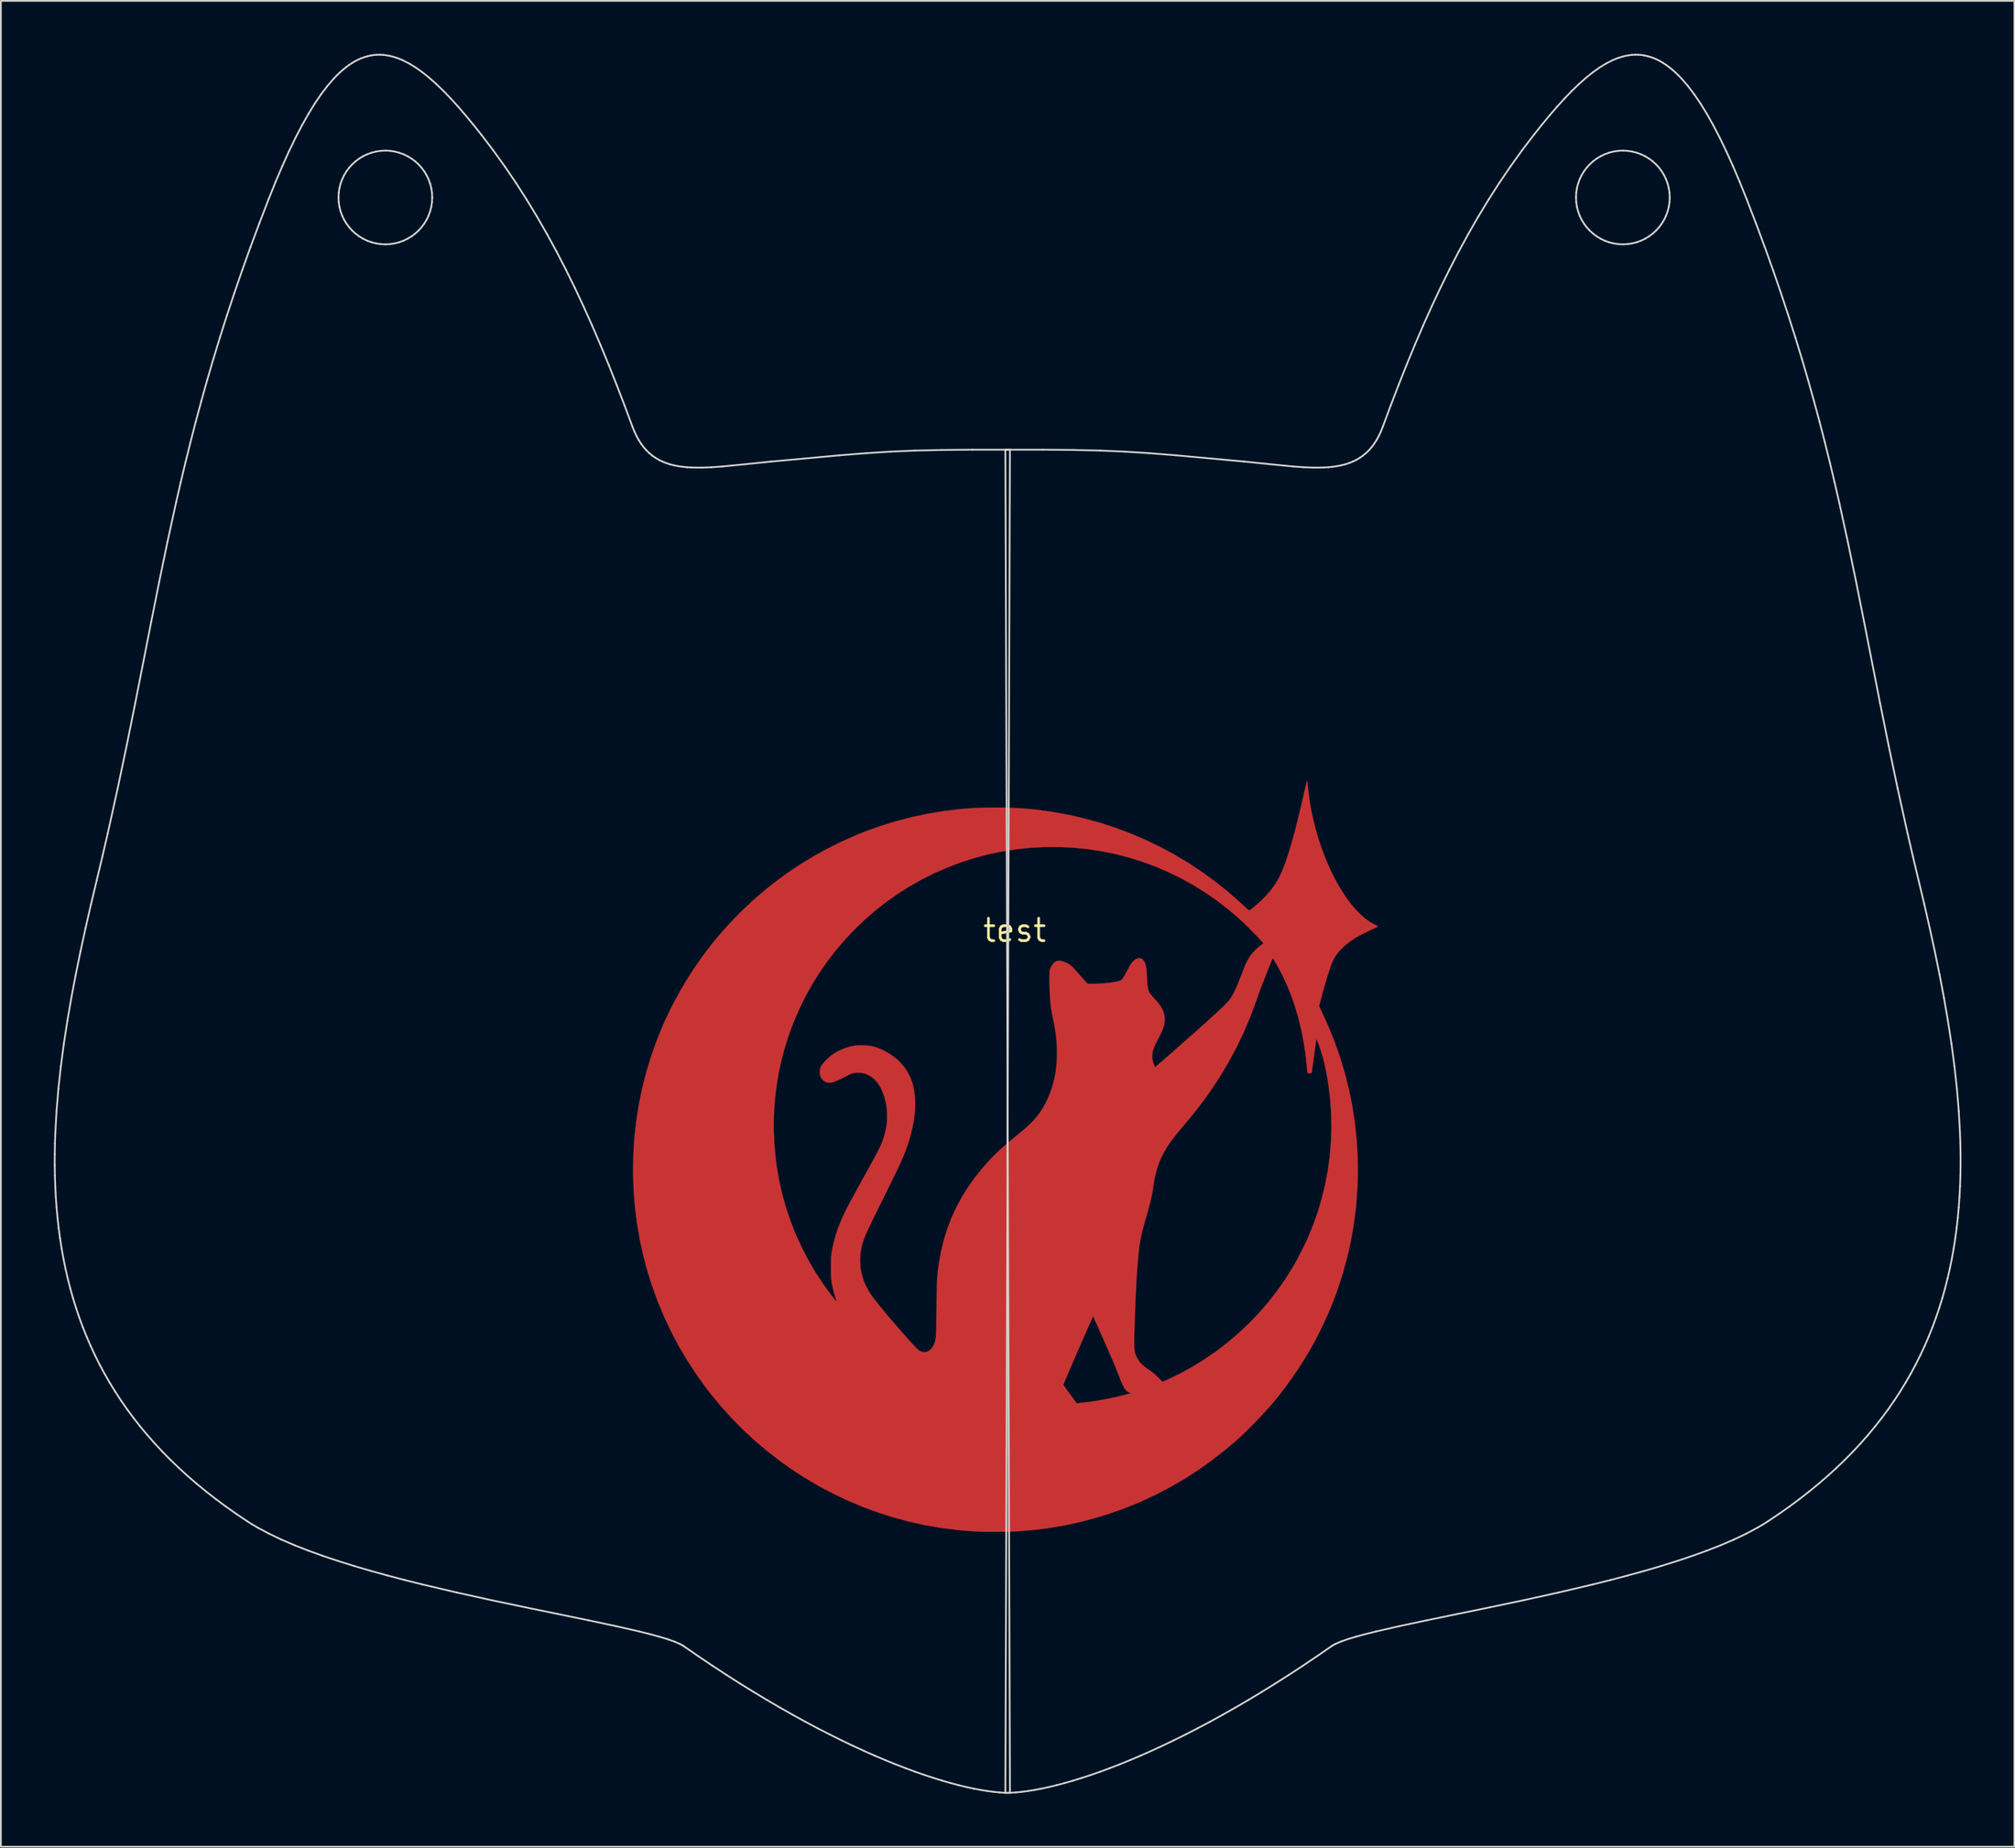
<source format=kicad_pcb>
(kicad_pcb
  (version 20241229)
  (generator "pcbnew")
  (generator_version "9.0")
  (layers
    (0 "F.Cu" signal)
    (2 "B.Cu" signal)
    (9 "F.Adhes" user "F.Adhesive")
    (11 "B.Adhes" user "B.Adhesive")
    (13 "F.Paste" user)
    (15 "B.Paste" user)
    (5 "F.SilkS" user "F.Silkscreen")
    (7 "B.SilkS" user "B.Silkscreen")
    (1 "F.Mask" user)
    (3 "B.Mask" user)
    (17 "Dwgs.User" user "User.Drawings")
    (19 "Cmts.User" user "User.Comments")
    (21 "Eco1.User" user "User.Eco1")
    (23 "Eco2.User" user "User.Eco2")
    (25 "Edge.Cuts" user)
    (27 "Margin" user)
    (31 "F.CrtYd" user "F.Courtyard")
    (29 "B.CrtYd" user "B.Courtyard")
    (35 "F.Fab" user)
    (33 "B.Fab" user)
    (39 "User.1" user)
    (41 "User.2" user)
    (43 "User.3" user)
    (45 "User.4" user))
  (footprint "test"
    (layer "F.Cu")
    (at 54.414 49.666)
    (property "Reference" "test" (at 0 0 0) (layer "F.SilkS") (effects (font (size 1.27 1.27) (thickness 0.15))))
    (attr through_hole)
    (fp_poly (pts (xy 16.578 -8.447) (xy 16.586 -8.392) (xy 16.596 -8.309) (xy 16.606 -8.206) (xy 16.611 -8.144) (xy 16.66 -7.677) (xy 16.732 -7.186) (xy 16.826 -6.678) (xy 16.939 -6.164) (xy 17.072 -5.652) (xy 17.168 -5.319) (xy 17.335 -4.803) (xy 17.516 -4.303) (xy 17.712 -3.822) (xy 17.919 -3.361) (xy 18.138 -2.924) (xy 18.366 -2.511) (xy 18.603 -2.124) (xy 18.847 -1.766) (xy 19.097 -1.439) (xy 19.352 -1.144) (xy 19.61 -0.884) (xy 19.87 -0.66) (xy 20.131 -0.475) (xy 20.386 -0.333) (xy 20.465 -0.293) (xy 20.528 -0.259) (xy 20.566 -0.234) (xy 20.573 -0.227) (xy 20.555 -0.212) (xy 20.506 -0.184) (xy 20.434 -0.147) (xy 20.357 -0.111) (xy 20.184 -0.03) (xy 20.003 0.056) (xy 19.823 0.146) (xy 19.651 0.234) (xy 19.495 0.316) (xy 19.361 0.39) (xy 19.258 0.45) (xy 19.251 0.455) (xy 18.941 0.667) (xy 18.667 0.89) (xy 18.432 1.122) (xy 18.236 1.363) (xy 18.08 1.611) (xy 18.021 1.73) (xy 17.968 1.854) (xy 17.908 2.015) (xy 17.841 2.208) (xy 17.769 2.429) (xy 17.692 2.672) (xy 17.614 2.934) (xy 17.534 3.209) (xy 17.455 3.493) (xy 17.377 3.782) (xy 17.335 3.942) (xy 17.244 4.297) (xy 17.406 4.633) (xy 17.793 5.488) (xy 18.14 6.355) (xy 18.447 7.233) (xy 18.712 8.121) (xy 18.937 9.019) (xy 19.121 9.925) (xy 19.263 10.838) (xy 19.364 11.758) (xy 19.424 12.683) (xy 19.442 13.612) (xy 19.418 14.545) (xy 19.351 15.481) (xy 19.324 15.759) (xy 19.204 16.683) (xy 19.043 17.598) (xy 18.841 18.503) (xy 18.598 19.399) (xy 18.313 20.285) (xy 18.105 20.859) (xy 17.934 21.292) (xy 17.741 21.744) (xy 17.534 22.204) (xy 17.317 22.658) (xy 17.097 23.093) (xy 16.922 23.421) (xy 16.646 23.907) (xy 16.343 24.402) (xy 16.022 24.9) (xy 15.686 25.39) (xy 15.342 25.866) (xy 14.995 26.319) (xy 14.652 26.74) (xy 14.585 26.818) (xy 14.39 27.042) (xy 14.174 27.281) (xy 13.944 27.529) (xy 13.705 27.78) (xy 13.464 28.027) (xy 13.226 28.266) (xy 12.997 28.49) (xy 12.782 28.693) (xy 12.588 28.87) (xy 12.584 28.874) (xy 11.857 29.489) (xy 11.112 30.066) (xy 10.349 30.606) (xy 9.568 31.107) (xy 8.768 31.569) (xy 7.951 31.994) (xy 7.115 32.38) (xy 6.262 32.728) (xy 6.107 32.786) (xy 5.262 33.081) (xy 4.418 33.337) (xy 3.571 33.553) (xy 2.717 33.732) (xy 1.85 33.875) (xy 0.968 33.981) (xy 0.065 34.052) (xy -0.021 34.057) (xy -0.119 34.061) (xy -0.25 34.065) (xy -0.408 34.068) (xy -0.587 34.07) (xy -0.78 34.072) (xy -0.981 34.073) (xy -1.182 34.074) (xy -1.378 34.074) (xy -1.562 34.073) (xy -1.727 34.072) (xy -1.867 34.07) (xy -1.975 34.067) (xy -2.021 34.065) (xy -2.368 34.043) (xy -2.679 34.021) (xy -2.962 33.998) (xy -3.221 33.973) (xy -3.249 33.97) (xy -4.166 33.854) (xy -5.075 33.696) (xy -5.975 33.497) (xy -6.864 33.258) (xy -7.742 32.979) (xy -8.606 32.661) (xy -9.455 32.303) (xy -10.289 31.908) (xy -11.105 31.475) (xy -11.902 31.004) (xy -12.469 30.638) (xy -13.237 30.1) (xy -13.977 29.53) (xy -14.688 28.929) (xy -15.371 28.297) (xy -16.024 27.634) (xy -16.648 26.942) (xy -17.241 26.22) (xy -17.505 25.876) (xy -17.596 25.748) (xy 2.759 25.748) (xy 2.774 25.772) (xy 2.811 25.825) (xy 2.866 25.904) (xy 2.937 26.002) (xy 3.021 26.118) (xy 3.113 26.244) (xy 3.145 26.287) (xy 3.519 26.797) (xy 3.596 26.786) (xy 3.645 26.78) (xy 3.725 26.771) (xy 3.828 26.76) (xy 3.943 26.747) (xy 3.979 26.743) (xy 4.274 26.707) (xy 4.595 26.659) (xy 4.932 26.602) (xy 5.275 26.537) (xy 5.614 26.467) (xy 5.941 26.392) (xy 6.244 26.316) (xy 6.514 26.24) (xy 6.604 26.213) (xy 6.512 26.188) (xy 6.418 26.145) (xy 6.322 26.068) (xy 6.234 25.966) (xy 6.162 25.849) (xy 6.136 25.793) (xy 6.098 25.705) (xy 6.051 25.592) (xy 5.997 25.461) (xy 5.941 25.321) (xy 5.909 25.238) (xy 5.844 25.074) (xy 5.773 24.895) (xy 5.7 24.715) (xy 5.63 24.546) (xy 5.57 24.401) (xy 5.558 24.373) (xy 5.505 24.251) (xy 5.443 24.106) (xy 5.372 23.943) (xy 5.294 23.765) (xy 5.212 23.577) (xy 5.126 23.382) (xy 5.085 23.29) (xy 6.772 23.29) (xy 6.772 23.449) (xy 6.775 23.583) (xy 6.782 23.697) (xy 6.792 23.795) (xy 6.805 23.879) (xy 6.823 23.953) (xy 6.845 24.022) (xy 6.872 24.089) (xy 6.903 24.157) (xy 6.926 24.203) (xy 7.005 24.343) (xy 7.096 24.468) (xy 7.204 24.586) (xy 7.336 24.702) (xy 7.499 24.823) (xy 7.617 24.903) (xy 7.802 25.037) (xy 8.002 25.21) (xy 8.104 25.307) (xy 8.191 25.391) (xy 8.268 25.464) (xy 8.33 25.521) (xy 8.371 25.558) (xy 8.385 25.569) (xy 8.409 25.561) (xy 8.463 25.538) (xy 8.54 25.505) (xy 8.632 25.464) (xy 8.638 25.462) (xy 9.365 25.111) (xy 10.072 24.723) (xy 10.758 24.299) (xy 11.422 23.841) (xy 12.062 23.35) (xy 12.676 22.828) (xy 13.263 22.275) (xy 13.822 21.693) (xy 14.351 21.084) (xy 14.848 20.448) (xy 15.313 19.787) (xy 15.743 19.103) (xy 15.781 19.039) (xy 15.873 18.878) (xy 15.977 18.688) (xy 16.088 18.479) (xy 16.202 18.26) (xy 16.314 18.039) (xy 16.419 17.827) (xy 16.513 17.633) (xy 16.59 17.465) (xy 16.596 17.452) (xy 16.905 16.7) (xy 17.175 15.935) (xy 17.404 15.159) (xy 17.593 14.372) (xy 17.742 13.577) (xy 17.85 12.776) (xy 17.916 11.969) (xy 17.942 11.159) (xy 17.926 10.347) (xy 17.868 9.535) (xy 17.789 8.862) (xy 17.721 8.417) (xy 17.648 8.007) (xy 17.568 7.626) (xy 17.478 7.267) (xy 17.378 6.924) (xy 17.266 6.59) (xy 17.173 6.343) (xy 17.092 6.134) (xy 17.078 6.237) (xy 17.072 6.28) (xy 17.061 6.36) (xy 17.045 6.471) (xy 17.026 6.61) (xy 17.004 6.77) (xy 16.979 6.947) (xy 16.953 7.135) (xy 16.943 7.21) (xy 16.822 8.081) (xy 16.713 8.091) (xy 16.65 8.094) (xy 16.605 8.089) (xy 16.593 8.083) (xy 16.587 8.056) (xy 16.579 7.995) (xy 16.569 7.908) (xy 16.559 7.802) (xy 16.555 7.752) (xy 16.479 7.036) (xy 16.372 6.331) (xy 16.236 5.639) (xy 16.071 4.963) (xy 15.878 4.308) (xy 15.659 3.676) (xy 15.413 3.071) (xy 15.142 2.496) (xy 15 2.224) (xy 14.92 2.078) (xy 14.844 1.943) (xy 14.774 1.821) (xy 14.714 1.719) (xy 14.666 1.64) (xy 14.632 1.589) (xy 14.616 1.57) (xy 14.615 1.571) (xy 14.605 1.592) (xy 14.582 1.648) (xy 14.547 1.734) (xy 14.502 1.846) (xy 14.449 1.978) (xy 14.39 2.126) (xy 14.327 2.286) (xy 14.262 2.452) (xy 14.195 2.62) (xy 14.131 2.784) (xy 14.069 2.942) (xy 14.013 3.087) (xy 13.963 3.215) (xy 13.922 3.322) (xy 13.892 3.402) (xy 13.878 3.44) (xy 13.846 3.529) (xy 13.804 3.648) (xy 13.756 3.784) (xy 13.706 3.928) (xy 13.662 4.053) (xy 13.336 4.927) (xy 12.973 5.782) (xy 12.57 6.62) (xy 12.129 7.441) (xy 11.649 8.247) (xy 11.414 8.615) (xy 11.069 9.126) (xy 10.713 9.624) (xy 10.339 10.117) (xy 9.941 10.614) (xy 9.567 11.06) (xy 9.345 11.322) (xy 9.151 11.559) (xy 8.981 11.776) (xy 8.834 11.975) (xy 8.704 12.162) (xy 8.591 12.341) (xy 8.489 12.515) (xy 8.475 12.541) (xy 8.326 12.832) (xy 8.2 13.115) (xy 8.095 13.401) (xy 8.009 13.699) (xy 7.937 14.018) (xy 7.877 14.367) (xy 7.863 14.457) (xy 7.839 14.626) (xy 7.812 14.786) (xy 7.784 14.943) (xy 7.751 15.102) (xy 7.713 15.269) (xy 7.668 15.452) (xy 7.614 15.655) (xy 7.552 15.884) (xy 7.478 16.147) (xy 7.459 16.213) (xy 7.378 16.5) (xy 7.308 16.754) (xy 7.249 16.98) (xy 7.198 17.186) (xy 7.156 17.378) (xy 7.12 17.563) (xy 7.089 17.747) (xy 7.061 17.937) (xy 7.037 18.139) (xy 7.014 18.36) (xy 6.991 18.607) (xy 6.986 18.658) (xy 6.966 18.896) (xy 6.947 19.135) (xy 6.929 19.378) (xy 6.913 19.63) (xy 6.897 19.895) (xy 6.882 20.175) (xy 6.867 20.476) (xy 6.853 20.801) (xy 6.838 21.153) (xy 6.824 21.537) (xy 6.809 21.956) (xy 6.796 22.341) (xy 6.787 22.633) (xy 6.779 22.886) (xy 6.774 23.104) (xy 6.772 23.29) (xy 5.085 23.29) (xy 5.038 23.184) (xy 4.951 22.986) (xy 4.865 22.793) (xy 4.783 22.609) (xy 4.706 22.436) (xy 4.636 22.279) (xy 4.574 22.142) (xy 4.522 22.028) (xy 4.482 21.942) (xy 4.456 21.886) (xy 4.445 21.865) (xy 4.445 21.865) (xy 4.434 21.884) (xy 4.408 21.939) (xy 4.368 22.026) (xy 4.315 22.143) (xy 4.252 22.285) (xy 4.178 22.451) (xy 4.096 22.637) (xy 4.008 22.839) (xy 3.913 23.055) (xy 3.814 23.281) (xy 3.713 23.514) (xy 3.61 23.751) (xy 3.506 23.989) (xy 3.405 24.224) (xy 3.305 24.454) (xy 3.21 24.675) (xy 3.12 24.884) (xy 3.037 25.077) (xy 2.963 25.253) (xy 2.897 25.407) (xy 2.843 25.536) (xy 2.801 25.638) (xy 2.773 25.708) (xy 2.76 25.744) (xy 2.759 25.748) (xy -17.596 25.748) (xy -18.048 25.119) (xy -18.554 24.341) (xy -19.023 23.544) (xy -19.454 22.73) (xy -19.847 21.898) (xy -20.193 21.071) (xy -10.075 21.071) (xy -10.065 21.082) (xy -10.054 21.071) (xy -10.065 21.061) (xy -10.075 21.071) (xy -20.193 21.071) (xy -20.201 21.051) (xy -20.517 20.189) (xy -20.794 19.314) (xy -21.031 18.426) (xy -21.228 17.527) (xy -21.384 16.618) (xy -21.5 15.7) (xy -21.575 14.774) (xy -21.609 13.842) (xy -21.611 13.557) (xy -21.59 12.618) (xy -21.528 11.686) (xy -21.475 11.221) (xy -13.643 11.221) (xy -13.613 12.039) (xy -13.541 12.857) (xy -13.482 13.324) (xy -13.346 14.122) (xy -13.17 14.911) (xy -12.953 15.688) (xy -12.697 16.453) (xy -12.402 17.204) (xy -12.068 17.939) (xy -11.696 18.658) (xy -11.288 19.358) (xy -10.842 20.038) (xy -10.361 20.697) (xy -10.328 20.74) (xy -10.253 20.836) (xy -10.187 20.918) (xy -10.134 20.982) (xy -10.098 21.023) (xy -10.084 21.034) (xy -10.087 21.012) (xy -10.101 20.959) (xy -10.124 20.884) (xy -10.14 20.837) (xy -10.242 20.496) (xy -10.326 20.123) (xy -10.355 19.969) (xy -10.369 19.88) (xy -10.381 19.797) (xy -10.389 19.713) (xy -10.395 19.619) (xy -10.399 19.51) (xy -10.401 19.378) (xy -10.403 19.214) (xy -10.403 19.103) (xy -10.402 18.906) (xy -10.4 18.744) (xy -10.397 18.61) (xy -10.391 18.498) (xy -10.383 18.401) (xy -10.372 18.311) (xy -10.365 18.267) (xy -10.277 17.804) (xy -10.159 17.348) (xy -10.01 16.892) (xy -9.825 16.43) (xy -9.653 16.053) (xy -9.603 15.95) (xy -9.552 15.847) (xy -9.498 15.74) (xy -9.44 15.626) (xy -9.375 15.503) (xy -9.303 15.367) (xy -9.221 15.215) (xy -9.128 15.043) (xy -9.021 14.849) (xy -8.9 14.628) (xy -8.763 14.379) (xy -8.607 14.098) (xy -8.53 13.959) (xy -8.367 13.664) (xy -8.223 13.402) (xy -8.096 13.172) (xy -7.986 12.97) (xy -7.891 12.793) (xy -7.81 12.638) (xy -7.74 12.504) (xy -7.68 12.386) (xy -7.629 12.282) (xy -7.586 12.189) (xy -7.549 12.104) (xy -7.516 12.024) (xy -7.507 12.002) (xy -7.401 11.699) (xy -7.315 11.375) (xy -7.252 11.05) (xy -7.248 11.026) (xy -7.228 10.829) (xy -7.22 10.606) (xy -7.223 10.371) (xy -7.238 10.138) (xy -7.263 9.922) (xy -7.289 9.779) (xy -7.375 9.442) (xy -7.479 9.142) (xy -7.602 8.88) (xy -7.744 8.654) (xy -7.905 8.465) (xy -8.086 8.312) (xy -8.281 8.196) (xy -8.42 8.134) (xy -8.542 8.094) (xy -8.664 8.071) (xy -8.804 8.062) (xy -8.869 8.062) (xy -9.006 8.068) (xy -9.13 8.086) (xy -9.25 8.121) (xy -9.379 8.176) (xy -9.529 8.254) (xy -9.543 8.261) (xy -9.708 8.348) (xy -9.892 8.436) (xy -10.079 8.518) (xy -10.251 8.585) (xy -10.285 8.597) (xy -10.441 8.632) (xy -10.586 8.628) (xy -10.716 8.585) (xy -10.832 8.503) (xy -10.863 8.471) (xy -10.948 8.366) (xy -11.001 8.267) (xy -11.029 8.161) (xy -11.038 8.033) (xy -11.038 8.032) (xy -11.031 7.917) (xy -11.008 7.812) (xy -10.966 7.709) (xy -10.899 7.603) (xy -10.806 7.486) (xy -10.683 7.352) (xy -10.461 7.146) (xy -10.221 6.969) (xy -9.957 6.82) (xy -9.663 6.694) (xy -9.536 6.649) (xy -9.359 6.594) (xy -9.2 6.555) (xy -9.046 6.529) (xy -8.881 6.515) (xy -8.692 6.51) (xy -8.647 6.51) (xy -8.402 6.518) (xy -8.179 6.542) (xy -7.969 6.586) (xy -7.759 6.653) (xy -7.539 6.744) (xy -7.345 6.839) (xy -7.023 7.027) (xy -6.732 7.242) (xy -6.473 7.482) (xy -6.248 7.746) (xy -6.057 8.032) (xy -5.902 8.34) (xy -5.784 8.668) (xy -5.766 8.731) (xy -5.689 9.09) (xy -5.644 9.472) (xy -5.632 9.876) (xy -5.653 10.3) (xy -5.705 10.74) (xy -5.789 11.194) (xy -5.905 11.66) (xy -6.016 12.023) (xy -6.062 12.162) (xy -6.108 12.296) (xy -6.157 12.43) (xy -6.208 12.565) (xy -6.263 12.704) (xy -6.325 12.851) (xy -6.393 13.009) (xy -6.47 13.18) (xy -6.556 13.367) (xy -6.654 13.574) (xy -6.763 13.803) (xy -6.887 14.057) (xy -7.025 14.339) (xy -7.18 14.653) (xy -7.352 15) (xy -7.397 15.092) (xy -7.572 15.444) (xy -7.729 15.761) (xy -7.869 16.045) (xy -7.994 16.299) (xy -8.103 16.525) (xy -8.199 16.726) (xy -8.283 16.904) (xy -8.355 17.061) (xy -8.417 17.2) (xy -8.47 17.324) (xy -8.514 17.435) (xy -8.552 17.535) (xy -8.584 17.628) (xy -8.611 17.714) (xy -8.634 17.798) (xy -8.655 17.881) (xy -8.674 17.966) (xy -8.676 17.973) (xy -8.736 18.348) (xy -8.754 18.721) (xy -8.73 19.091) (xy -8.665 19.455) (xy -8.56 19.811) (xy -8.413 20.159) (xy -8.226 20.496) (xy -8.197 20.542) (xy -8.108 20.673) (xy -7.991 20.833) (xy -7.848 21.019) (xy -7.682 21.229) (xy -7.493 21.462) (xy -7.284 21.714) (xy -7.056 21.983) (xy -6.812 22.269) (xy -6.553 22.568) (xy -6.28 22.878) (xy -5.996 23.197) (xy -5.966 23.23) (xy -5.835 23.376) (xy -5.727 23.495) (xy -5.64 23.588) (xy -5.57 23.661) (xy -5.513 23.716) (xy -5.466 23.757) (xy -5.425 23.789) (xy -5.386 23.813) (xy -5.359 23.828) (xy -5.224 23.882) (xy -5.099 23.898) (xy -4.976 23.876) (xy -4.893 23.842) (xy -4.768 23.756) (xy -4.661 23.632) (xy -4.572 23.47) (xy -4.537 23.381) (xy -4.52 23.332) (xy -4.504 23.284) (xy -4.491 23.235) (xy -4.48 23.182) (xy -4.47 23.121) (xy -4.462 23.049) (xy -4.455 22.964) (xy -4.449 22.861) (xy -4.444 22.737) (xy -4.44 22.59) (xy -4.436 22.416) (xy -4.433 22.212) (xy -4.43 21.975) (xy -4.427 21.702) (xy -4.424 21.442) (xy -4.421 21.114) (xy -4.417 20.824) (xy -4.413 20.569) (xy -4.408 20.343) (xy -4.403 20.145) (xy -4.397 19.968) (xy -4.39 19.81) (xy -4.382 19.666) (xy -4.372 19.532) (xy -4.36 19.405) (xy -4.346 19.28) (xy -4.33 19.153) (xy -4.311 19.02) (xy -4.29 18.878) (xy -4.284 18.838) (xy -4.163 18.173) (xy -4.005 17.528) (xy -3.809 16.9) (xy -3.576 16.291) (xy -3.305 15.698) (xy -2.995 15.121) (xy -2.646 14.559) (xy -2.258 14.011) (xy -1.83 13.477) (xy -1.361 12.955) (xy -1.313 12.903) (xy -1.16 12.748) (xy -0.997 12.589) (xy -0.82 12.424) (xy -0.626 12.249) (xy -0.41 12.062) (xy -0.169 11.858) (xy 0.101 11.636) (xy 0.275 11.493) (xy 0.571 11.246) (xy 0.831 11.009) (xy 1.06 10.777) (xy 1.262 10.547) (xy 1.441 10.311) (xy 1.6 10.066) (xy 1.744 9.806) (xy 1.877 9.526) (xy 1.978 9.284) (xy 2.123 8.877) (xy 2.236 8.47) (xy 2.319 8.054) (xy 2.372 7.623) (xy 2.397 7.169) (xy 2.4 6.964) (xy 2.396 6.665) (xy 2.383 6.382) (xy 2.36 6.105) (xy 2.326 5.825) (xy 2.279 5.531) (xy 2.219 5.215) (xy 2.168 4.971) (xy 2.138 4.822) (xy 2.107 4.652) (xy 2.078 4.482) (xy 2.056 4.331) (xy 2.054 4.315) (xy 2.034 4.135) (xy 2.016 3.923) (xy 2.001 3.689) (xy 1.988 3.443) (xy 1.978 3.197) (xy 1.972 2.959) (xy 1.97 2.74) (xy 1.972 2.614) (xy 1.975 2.482) (xy 1.978 2.384) (xy 1.983 2.312) (xy 1.992 2.257) (xy 2.004 2.211) (xy 2.022 2.165) (xy 2.047 2.111) (xy 2.048 2.109) (xy 2.132 1.956) (xy 2.221 1.842) (xy 2.318 1.765) (xy 2.425 1.724) (xy 2.512 1.715) (xy 2.607 1.725) (xy 2.723 1.754) (xy 2.848 1.797) (xy 2.966 1.849) (xy 3.06 1.902) (xy 3.137 1.956) (xy 3.215 2.02) (xy 3.3 2.1) (xy 3.396 2.198) (xy 3.508 2.32) (xy 3.639 2.471) (xy 3.675 2.513) (xy 3.765 2.616) (xy 3.854 2.717) (xy 3.935 2.808) (xy 4.001 2.88) (xy 4.035 2.916) (xy 4.146 3.027) (xy 4.364 3.027) (xy 4.595 3.023) (xy 4.835 3.012) (xy 5.075 2.995) (xy 5.306 2.973) (xy 5.521 2.946) (xy 5.711 2.916) (xy 5.863 2.884) (xy 5.936 2.863) (xy 5.998 2.834) (xy 6.054 2.795) (xy 6.108 2.739) (xy 6.164 2.662) (xy 6.227 2.56) (xy 6.3 2.426) (xy 6.351 2.328) (xy 6.417 2.205) (xy 6.482 2.087) (xy 6.542 1.982) (xy 6.593 1.898) (xy 6.628 1.846) (xy 6.733 1.728) (xy 6.843 1.642) (xy 6.955 1.589) (xy 7.063 1.571) (xy 7.163 1.59) (xy 7.251 1.646) (xy 7.26 1.654) (xy 7.317 1.72) (xy 7.363 1.796) (xy 7.401 1.888) (xy 7.431 2) (xy 7.455 2.136) (xy 7.473 2.303) (xy 7.486 2.504) (xy 7.493 2.646) (xy 7.503 2.857) (xy 7.517 3.031) (xy 7.534 3.176) (xy 7.556 3.297) (xy 7.585 3.4) (xy 7.62 3.491) (xy 7.642 3.536) (xy 7.672 3.582) (xy 7.726 3.651) (xy 7.797 3.734) (xy 7.878 3.825) (xy 7.917 3.867) (xy 8.077 4.042) (xy 8.205 4.201) (xy 8.305 4.351) (xy 8.382 4.497) (xy 8.438 4.646) (xy 8.479 4.805) (xy 8.479 4.807) (xy 8.5 4.948) (xy 8.505 5.089) (xy 8.491 5.233) (xy 8.459 5.387) (xy 8.406 5.555) (xy 8.331 5.741) (xy 8.234 5.95) (xy 8.112 6.187) (xy 8.087 6.234) (xy 7.985 6.432) (xy 7.907 6.606) (xy 7.851 6.761) (xy 7.815 6.905) (xy 7.796 7.044) (xy 7.796 7.049) (xy 7.799 7.241) (xy 7.835 7.439) (xy 7.901 7.627) (xy 7.906 7.638) (xy 7.959 7.751) (xy 8.017 7.701) (xy 8.056 7.668) (xy 8.124 7.609) (xy 8.217 7.528) (xy 8.332 7.428) (xy 8.465 7.311) (xy 8.614 7.18) (xy 8.775 7.038) (xy 8.946 6.889) (xy 9.122 6.734) (xy 9.3 6.577) (xy 9.477 6.421) (xy 9.651 6.268) (xy 9.817 6.121) (xy 9.973 5.984) (xy 10.115 5.859) (xy 10.239 5.748) (xy 10.344 5.656) (xy 10.352 5.649) (xy 10.592 5.434) (xy 10.825 5.225) (xy 11.048 5.023) (xy 11.258 4.832) (xy 11.45 4.655) (xy 11.622 4.495) (xy 11.771 4.356) (xy 11.892 4.24) (xy 11.93 4.202) (xy 12.031 4.097) (xy 12.124 3.989) (xy 12.212 3.873) (xy 12.296 3.746) (xy 12.379 3.603) (xy 12.462 3.441) (xy 12.548 3.255) (xy 12.639 3.042) (xy 12.737 2.797) (xy 12.844 2.517) (xy 12.879 2.424) (xy 12.99 2.141) (xy 13.097 1.896) (xy 13.2 1.688) (xy 13.303 1.512) (xy 13.344 1.45) (xy 13.478 1.276) (xy 13.639 1.103) (xy 13.813 0.944) (xy 13.989 0.809) (xy 14.04 0.776) (xy 14.099 0.738) (xy 13.945 0.565) (xy 13.841 0.452) (xy 13.714 0.317) (xy 13.569 0.167) (xy 13.414 0.008) (xy 13.255 -0.151) (xy 13.1 -0.304) (xy 12.955 -0.445) (xy 12.827 -0.566) (xy 12.774 -0.614) (xy 12.155 -1.149) (xy 11.514 -1.649) (xy 10.852 -2.113) (xy 10.17 -2.54) (xy 9.469 -2.931) (xy 8.752 -3.284) (xy 8.019 -3.601) (xy 7.271 -3.879) (xy 6.511 -4.118) (xy 5.74 -4.319) (xy 4.958 -4.481) (xy 4.167 -4.603) (xy 3.369 -4.685) (xy 2.565 -4.726) (xy 1.756 -4.727) (xy 0.944 -4.685) (xy 0.13 -4.603) (xy 0.047 -4.592) (xy -0.754 -4.464) (xy -1.543 -4.297) (xy -2.319 -4.089) (xy -3.082 -3.843) (xy -3.83 -3.558) (xy -4.562 -3.236) (xy -5.275 -2.878) (xy -5.97 -2.484) (xy -6.645 -2.055) (xy -7.298 -1.592) (xy -7.928 -1.095) (xy -8.533 -0.566) (xy -9.114 -0.005) (xy -9.667 0.587) (xy -10.191 1.209) (xy -10.511 1.622) (xy -10.98 2.284) (xy -11.414 2.968) (xy -11.811 3.673) (xy -12.171 4.397) (xy -12.494 5.14) (xy -12.779 5.898) (xy -13.024 6.67) (xy -13.229 7.455) (xy -13.343 7.98) (xy -13.481 8.784) (xy -13.577 9.593) (xy -13.631 10.406) (xy -13.643 11.221) (xy -21.475 11.221) (xy -21.424 10.763) (xy -21.278 9.847) (xy -21.092 8.941) (xy -20.864 8.044) (xy -20.595 7.157) (xy -20.285 6.28) (xy -19.935 5.415) (xy -19.787 5.08) (xy -19.427 4.329) (xy -19.03 3.583) (xy -18.599 2.847) (xy -18.138 2.128) (xy -17.652 1.433) (xy -17.143 0.766) (xy -16.766 0.307) (xy -16.157 -0.378) (xy -15.52 -1.036) (xy -14.858 -1.663) (xy -14.173 -2.258) (xy -13.652 -2.675) (xy -12.922 -3.215) (xy -12.164 -3.725) (xy -11.383 -4.202) (xy -10.581 -4.644) (xy -9.762 -5.05) (xy -8.93 -5.417) (xy -8.431 -5.616) (xy -7.567 -5.925) (xy -6.687 -6.195) (xy -5.794 -6.426) (xy -4.892 -6.617) (xy -3.982 -6.767) (xy -3.069 -6.875) (xy -2.932 -6.888) (xy -2.397 -6.927) (xy -1.837 -6.952) (xy -1.263 -6.963) (xy -0.684 -6.96) (xy -0.111 -6.943) (xy 0.446 -6.912) (xy 0.978 -6.868) (xy 1.185 -6.846) (xy 2.114 -6.72) (xy 3.032 -6.554) (xy 3.938 -6.347) (xy 4.83 -6.101) (xy 5.707 -5.816) (xy 6.569 -5.493) (xy 7.415 -5.131) (xy 8.243 -4.732) (xy 9.053 -4.295) (xy 9.843 -3.822) (xy 10.613 -3.313) (xy 11.361 -2.767) (xy 12.086 -2.187) (xy 12.788 -1.572) (xy 12.991 -1.382) (xy 13.082 -1.299) (xy 13.164 -1.227) (xy 13.231 -1.172) (xy 13.277 -1.137) (xy 13.298 -1.128) (xy 13.324 -1.145) (xy 13.375 -1.183) (xy 13.445 -1.237) (xy 13.527 -1.303) (xy 13.547 -1.318) (xy 13.884 -1.608) (xy 14.191 -1.911) (xy 14.466 -2.223) (xy 14.706 -2.54) (xy 14.898 -2.844) (xy 15.011 -3.058) (xy 15.125 -3.308) (xy 15.242 -3.595) (xy 15.362 -3.919) (xy 15.483 -4.28) (xy 15.608 -4.68) (xy 15.735 -5.119) (xy 15.866 -5.598) (xy 15.999 -6.118) (xy 16.136 -6.678) (xy 16.256 -7.186) (xy 16.318 -7.456) (xy 16.372 -7.687) (xy 16.417 -7.883) (xy 16.456 -8.044) (xy 16.487 -8.176) (xy 16.513 -8.279) (xy 16.533 -8.356) (xy 16.548 -8.411) (xy 16.559 -8.446) (xy 16.567 -8.464) (xy 16.571 -8.467) (xy 16.578 -8.447)) (stroke (width 0.01) (type solid)) (fill yes) (layer "F.Cu"))
    (fp_line (start -54.364 13.294) (end -54.363 12.686) (stroke (width 0.1) (type solid)) (layer "Edge.Cuts"))
    (fp_line (start -54.363 12.686) (end -54.352 12.074) (stroke (width 0.1) (type solid)) (layer "Edge.Cuts"))
    (fp_line (start -54.354 13.898) (end -54.364 13.294) (stroke (width 0.1) (type solid)) (layer "Edge.Cuts"))
    (fp_line (start -54.352 12.074) (end -54.331 11.459) (stroke (width 0.1) (type solid)) (layer "Edge.Cuts"))
    (fp_line (start -54.335 14.499) (end -54.354 13.898) (stroke (width 0.1) (type solid)) (layer "Edge.Cuts"))
    (fp_line (start -54.331 11.459) (end -54.261 10.218) (stroke (width 0.1) (type solid)) (layer "Edge.Cuts"))
    (fp_line (start -54.304 15.096) (end -54.335 14.499) (stroke (width 0.1) (type solid)) (layer "Edge.Cuts"))
    (fp_line (start -54.261 10.218) (end -54.156 8.963) (stroke (width 0.1) (type solid)) (layer "Edge.Cuts"))
    (fp_line (start -54.261 15.689) (end -54.304 15.096) (stroke (width 0.1) (type solid)) (layer "Edge.Cuts"))
    (fp_line (start -54.207 16.279) (end -54.261 15.689) (stroke (width 0.1) (type solid)) (layer "Edge.Cuts"))
    (fp_line (start -54.156 8.963) (end -54.017 7.696) (stroke (width 0.1) (type solid)) (layer "Edge.Cuts"))
    (fp_line (start -54.142 16.864) (end -54.207 16.279) (stroke (width 0.1) (type solid)) (layer "Edge.Cuts"))
    (fp_line (start -54.064 17.445) (end -54.142 16.864) (stroke (width 0.1) (type solid)) (layer "Edge.Cuts"))
    (fp_line (start -54.017 7.696) (end -53.847 6.417) (stroke (width 0.1) (type solid)) (layer "Edge.Cuts"))
    (fp_line (start -53.974 18.022) (end -54.064 17.445) (stroke (width 0.1) (type solid)) (layer "Edge.Cuts"))
    (fp_line (start -53.871 18.595) (end -53.974 18.022) (stroke (width 0.1) (type solid)) (layer "Edge.Cuts"))
    (fp_line (start -53.847 6.417) (end -53.649 5.126) (stroke (width 0.1) (type solid)) (layer "Edge.Cuts"))
    (fp_line (start -53.756 19.163) (end -53.871 18.595) (stroke (width 0.1) (type solid)) (layer "Edge.Cuts"))
    (fp_line (start -53.649 5.126) (end -53.424 3.824) (stroke (width 0.1) (type solid)) (layer "Edge.Cuts"))
    (fp_line (start -53.627 19.727) (end -53.756 19.163) (stroke (width 0.1) (type solid)) (layer "Edge.Cuts"))
    (fp_line (start -53.484 20.287) (end -53.627 19.727) (stroke (width 0.1) (type solid)) (layer "Edge.Cuts"))
    (fp_line (start -53.424 3.824) (end -53.176 2.511) (stroke (width 0.1) (type solid)) (layer "Edge.Cuts"))
    (fp_line (start -53.328 20.842) (end -53.484 20.287) (stroke (width 0.1) (type solid)) (layer "Edge.Cuts"))
    (fp_line (start -53.176 2.511) (end -52.905 1.188) (stroke (width 0.1) (type solid)) (layer "Edge.Cuts"))
    (fp_line (start -53.157 21.393) (end -53.328 20.842) (stroke (width 0.1) (type solid)) (layer "Edge.Cuts"))
    (fp_line (start -52.972 21.939) (end -53.157 21.393) (stroke (width 0.1) (type solid)) (layer "Edge.Cuts"))
    (fp_line (start -52.905 1.188) (end -52.616 -0.144) (stroke (width 0.1) (type solid)) (layer "Edge.Cuts"))
    (fp_line (start -52.773 22.481) (end -52.972 21.939) (stroke (width 0.1) (type solid)) (layer "Edge.Cuts"))
    (fp_line (start -52.616 -0.144) (end -52.309 -1.485) (stroke (width 0.1) (type solid)) (layer "Edge.Cuts"))
    (fp_line (start -52.558 23.017) (end -52.773 22.481) (stroke (width 0.1) (type solid)) (layer "Edge.Cuts"))
    (fp_line (start -52.328 23.549) (end -52.558 23.017) (stroke (width 0.1) (type solid)) (layer "Edge.Cuts"))
    (fp_line (start -52.309 -1.485) (end -51.987 -2.835) (stroke (width 0.1) (type solid)) (layer "Edge.Cuts"))
    (fp_line (start -52.083 24.076) (end -52.328 23.549) (stroke (width 0.1) (type solid)) (layer "Edge.Cuts"))
    (fp_line (start -51.987 -2.835) (end -51.668 -4.174) (stroke (width 0.1) (type solid)) (layer "Edge.Cuts"))
    (fp_line (start -51.822 24.598) (end -52.083 24.076) (stroke (width 0.1) (type solid)) (layer "Edge.Cuts"))
    (fp_line (start -51.668 -4.174) (end -51.365 -5.485) (stroke (width 0.1) (type solid)) (layer "Edge.Cuts"))
    (fp_line (start -51.544 25.115) (end -51.822 24.598) (stroke (width 0.1) (type solid)) (layer "Edge.Cuts"))
    (fp_line (start -51.365 -5.485) (end -50.802 -8.031) (stroke (width 0.1) (type solid)) (layer "Edge.Cuts"))
    (fp_line (start -51.25 25.627) (end -51.544 25.115) (stroke (width 0.1) (type solid)) (layer "Edge.Cuts"))
    (fp_line (start -50.939 26.133) (end -51.25 25.627) (stroke (width 0.1) (type solid)) (layer "Edge.Cuts"))
    (fp_line (start -50.802 -8.031) (end -50.287 -10.488) (stroke (width 0.1) (type solid)) (layer "Edge.Cuts"))
    (fp_line (start -50.611 26.635) (end -50.939 26.133) (stroke (width 0.1) (type solid)) (layer "Edge.Cuts"))
    (fp_line (start -50.287 -10.488) (end -49.806 -12.872) (stroke (width 0.1) (type solid)) (layer "Edge.Cuts"))
    (fp_line (start -50.266 27.131) (end -50.611 26.635) (stroke (width 0.1) (type solid)) (layer "Edge.Cuts"))
    (fp_line (start -49.903 27.622) (end -50.266 27.131) (stroke (width 0.1) (type solid)) (layer "Edge.Cuts"))
    (fp_line (start -49.806 -12.872) (end -48.9 -17.482) (stroke (width 0.1) (type solid)) (layer "Edge.Cuts"))
    (fp_line (start -49.523 28.107) (end -49.903 27.622) (stroke (width 0.1) (type solid)) (layer "Edge.Cuts"))
    (fp_line (start -49.123 28.587) (end -49.523 28.107) (stroke (width 0.1) (type solid)) (layer "Edge.Cuts"))
    (fp_line (start -48.9 -17.482) (end -48.45 -19.74) (stroke (width 0.1) (type solid)) (layer "Edge.Cuts"))
    (fp_line (start -48.706 29.061) (end -49.123 28.587) (stroke (width 0.1) (type solid)) (layer "Edge.Cuts"))
    (fp_line (start -48.45 -19.74) (end -47.985 -21.987) (stroke (width 0.1) (type solid)) (layer "Edge.Cuts"))
    (fp_line (start -48.27 29.53) (end -48.706 29.061) (stroke (width 0.1) (type solid)) (layer "Edge.Cuts"))
    (fp_line (start -47.985 -21.987) (end -47.494 -24.239) (stroke (width 0.1) (type solid)) (layer "Edge.Cuts"))
    (fp_line (start -47.815 29.993) (end -48.27 29.53) (stroke (width 0.1) (type solid)) (layer "Edge.Cuts"))
    (fp_line (start -47.494 -24.239) (end -47.233 -25.371) (stroke (width 0.1) (type solid)) (layer "Edge.Cuts"))
    (fp_line (start -47.34 30.45) (end -47.815 29.993) (stroke (width 0.1) (type solid)) (layer "Edge.Cuts"))
    (fp_line (start -47.233 -25.371) (end -46.962 -26.51) (stroke (width 0.1) (type solid)) (layer "Edge.Cuts"))
    (fp_line (start -46.962 -26.51) (end -46.677 -27.658) (stroke (width 0.1) (type solid)) (layer "Edge.Cuts"))
    (fp_line (start -46.846 30.902) (end -47.34 30.45) (stroke (width 0.1) (type solid)) (layer "Edge.Cuts"))
    (fp_line (start -46.677 -27.658) (end -46.378 -28.818) (stroke (width 0.1) (type solid)) (layer "Edge.Cuts"))
    (fp_line (start -46.378 -28.818) (end -46.063 -29.989) (stroke (width 0.1) (type solid)) (layer "Edge.Cuts"))
    (fp_line (start -46.331 31.347) (end -46.846 30.902) (stroke (width 0.1) (type solid)) (layer "Edge.Cuts"))
    (fp_line (start -46.063 -29.989) (end -45.731 -31.176) (stroke (width 0.1) (type solid)) (layer "Edge.Cuts"))
    (fp_line (start -45.797 31.786) (end -46.331 31.347) (stroke (width 0.1) (type solid)) (layer "Edge.Cuts"))
    (fp_line (start -45.731 -31.176) (end -45.379 -32.379) (stroke (width 0.1) (type solid)) (layer "Edge.Cuts"))
    (fp_line (start -45.379 -32.379) (end -45.006 -33.601) (stroke (width 0.1) (type solid)) (layer "Edge.Cuts"))
    (fp_line (start -45.242 32.22) (end -45.797 31.786) (stroke (width 0.1) (type solid)) (layer "Edge.Cuts"))
    (fp_line (start -45.006 -33.601) (end -44.612 -34.844) (stroke (width 0.1) (type solid)) (layer "Edge.Cuts"))
    (fp_line (start -44.666 32.647) (end -45.242 32.22) (stroke (width 0.1) (type solid)) (layer "Edge.Cuts"))
    (fp_line (start -44.612 -34.844) (end -44.193 -36.109) (stroke (width 0.1) (type solid)) (layer "Edge.Cuts"))
    (fp_line (start -44.193 -36.109) (end -43.749 -37.398) (stroke (width 0.1) (type solid)) (layer "Edge.Cuts"))
    (fp_line (start -44.069 33.068) (end -44.666 32.647) (stroke (width 0.1) (type solid)) (layer "Edge.Cuts"))
    (fp_line (start -43.749 -37.398) (end -43.278 -38.714) (stroke (width 0.1) (type solid)) (layer "Edge.Cuts"))
    (fp_line (start -43.451 33.483) (end -44.069 33.068) (stroke (width 0.1) (type solid)) (layer "Edge.Cuts"))
    (fp_line (start -43.278 -38.714) (end -42.778 -40.058) (stroke (width 0.1) (type solid)) (layer "Edge.Cuts"))
    (fp_line (start -43.168 33.662) (end -43.451 33.483) (stroke (width 0.1) (type solid)) (layer "Edge.Cuts"))
    (fp_line (start -42.869 33.838) (end -43.168 33.662) (stroke (width 0.1) (type solid)) (layer "Edge.Cuts"))
    (fp_line (start -42.778 -40.058) (end -42.249 -41.433) (stroke (width 0.1) (type solid)) (layer "Edge.Cuts"))
    (fp_line (start -42.249 -41.433) (end -41.86 -42.401) (stroke (width 0.1) (type solid)) (layer "Edge.Cuts"))
    (fp_line (start -42.227 34.181) (end -42.869 33.838) (stroke (width 0.1) (type solid)) (layer "Edge.Cuts"))
    (fp_line (start -41.86 -42.401) (end -41.476 -43.303) (stroke (width 0.1) (type solid)) (layer "Edge.Cuts"))
    (fp_line (start -41.531 34.513) (end -42.227 34.181) (stroke (width 0.1) (type solid)) (layer "Edge.Cuts"))
    (fp_line (start -41.476 -43.303) (end -41.099 -44.14) (stroke (width 0.1) (type solid)) (layer "Edge.Cuts"))
    (fp_line (start -41.099 -44.14) (end -40.726 -44.911) (stroke (width 0.1) (type solid)) (layer "Edge.Cuts"))
    (fp_line (start -40.783 34.835) (end -41.531 34.513) (stroke (width 0.1) (type solid)) (layer "Edge.Cuts"))
    (fp_line (start -40.726 -44.911) (end -40.358 -45.62) (stroke (width 0.1) (type solid)) (layer "Edge.Cuts"))
    (fp_line (start -40.358 -45.62) (end -39.994 -46.267) (stroke (width 0.1) (type solid)) (layer "Edge.Cuts"))
    (fp_line (start -39.994 -46.267) (end -39.634 -46.852) (stroke (width 0.1) (type solid)) (layer "Edge.Cuts"))
    (fp_line (start -39.99 35.146) (end -40.783 34.835) (stroke (width 0.1) (type solid)) (layer "Edge.Cuts"))
    (fp_line (start -39.634 -46.852) (end -39.276 -47.378) (stroke (width 0.1) (type solid)) (layer "Edge.Cuts"))
    (fp_line (start -39.276 -47.378) (end -38.921 -47.845) (stroke (width 0.1) (type solid)) (layer "Edge.Cuts"))
    (fp_line (start -39.157 35.446) (end -39.99 35.146) (stroke (width 0.1) (type solid)) (layer "Edge.Cuts"))
    (fp_line (start -38.921 -47.845) (end -38.568 -48.255) (stroke (width 0.1) (type solid)) (layer "Edge.Cuts"))
    (fp_line (start -38.568 -48.255) (end -38.392 -48.439) (stroke (width 0.1) (type solid)) (layer "Edge.Cuts"))
    (fp_line (start -38.392 -48.439) (end -38.217 -48.608) (stroke (width 0.1) (type solid)) (layer "Edge.Cuts"))
    (fp_line (start -38.293 -41.527) (end -38.279 -41.799) (stroke (width 0.1) (type solid)) (layer "Edge.Cuts"))
    (fp_line (start -38.287 35.737) (end -39.157 35.446) (stroke (width 0.1) (type solid)) (layer "Edge.Cuts"))
    (fp_line (start -38.279 -41.799) (end -38.239 -42.062) (stroke (width 0.1) (type solid)) (layer "Edge.Cuts"))
    (fp_line (start -38.279 -41.256) (end -38.293 -41.527) (stroke (width 0.1) (type solid)) (layer "Edge.Cuts"))
    (fp_line (start -38.239 -42.062) (end -38.174 -42.316) (stroke (width 0.1) (type solid)) (layer "Edge.Cuts"))
    (fp_line (start -38.239 -40.992) (end -38.279 -41.256) (stroke (width 0.1) (type solid)) (layer "Edge.Cuts"))
    (fp_line (start -38.217 -48.608) (end -38.041 -48.765) (stroke (width 0.1) (type solid)) (layer "Edge.Cuts"))
    (fp_line (start -38.174 -42.316) (end -38.084 -42.56) (stroke (width 0.1) (type solid)) (layer "Edge.Cuts"))
    (fp_line (start -38.174 -40.738) (end -38.239 -40.992) (stroke (width 0.1) (type solid)) (layer "Edge.Cuts"))
    (fp_line (start -38.084 -42.56) (end -37.973 -42.792) (stroke (width 0.1) (type solid)) (layer "Edge.Cuts"))
    (fp_line (start -38.084 -40.494) (end -38.174 -40.738) (stroke (width 0.1) (type solid)) (layer "Edge.Cuts"))
    (fp_line (start -38.041 -48.765) (end -37.866 -48.907) (stroke (width 0.1) (type solid)) (layer "Edge.Cuts"))
    (fp_line (start -37.973 -42.792) (end -37.84 -43.011) (stroke (width 0.1) (type solid)) (layer "Edge.Cuts"))
    (fp_line (start -37.973 -40.262) (end -38.084 -40.494) (stroke (width 0.1) (type solid)) (layer "Edge.Cuts"))
    (fp_line (start -37.866 -48.907) (end -37.691 -49.036) (stroke (width 0.1) (type solid)) (layer "Edge.Cuts"))
    (fp_line (start -37.84 -43.011) (end -37.687 -43.216) (stroke (width 0.1) (type solid)) (layer "Edge.Cuts"))
    (fp_line (start -37.84 -40.043) (end -37.973 -40.262) (stroke (width 0.1) (type solid)) (layer "Edge.Cuts"))
    (fp_line (start -37.691 -49.036) (end -37.515 -49.151) (stroke (width 0.1) (type solid)) (layer "Edge.Cuts"))
    (fp_line (start -37.687 -43.216) (end -37.516 -43.404) (stroke (width 0.1) (type solid)) (layer "Edge.Cuts"))
    (fp_line (start -37.687 -39.839) (end -37.84 -40.043) (stroke (width 0.1) (type solid)) (layer "Edge.Cuts"))
    (fp_line (start -37.516 -43.404) (end -37.327 -43.575) (stroke (width 0.1) (type solid)) (layer "Edge.Cuts"))
    (fp_line (start -37.516 -39.65) (end -37.687 -39.839) (stroke (width 0.1) (type solid)) (layer "Edge.Cuts"))
    (fp_line (start -37.515 -49.151) (end -37.34 -49.254) (stroke (width 0.1) (type solid)) (layer "Edge.Cuts"))
    (fp_line (start -37.386 36.018) (end -38.287 35.737) (stroke (width 0.1) (type solid)) (layer "Edge.Cuts"))
    (fp_line (start -37.34 -49.254) (end -37.165 -49.343) (stroke (width 0.1) (type solid)) (layer "Edge.Cuts"))
    (fp_line (start -37.327 -43.575) (end -37.123 -43.728) (stroke (width 0.1) (type solid)) (layer "Edge.Cuts"))
    (fp_line (start -37.327 -39.479) (end -37.516 -39.65) (stroke (width 0.1) (type solid)) (layer "Edge.Cuts"))
    (fp_line (start -37.165 -49.343) (end -36.989 -49.419) (stroke (width 0.1) (type solid)) (layer "Edge.Cuts"))
    (fp_line (start -37.123 -43.728) (end -36.904 -43.861) (stroke (width 0.1) (type solid)) (layer "Edge.Cuts"))
    (fp_line (start -37.123 -39.326) (end -37.327 -39.479) (stroke (width 0.1) (type solid)) (layer "Edge.Cuts"))
    (fp_line (start -36.989 -49.419) (end -36.813 -49.483) (stroke (width 0.1) (type solid)) (layer "Edge.Cuts"))
    (fp_line (start -36.904 -43.861) (end -36.672 -43.973) (stroke (width 0.1) (type solid)) (layer "Edge.Cuts"))
    (fp_line (start -36.904 -39.193) (end -37.123 -39.326) (stroke (width 0.1) (type solid)) (layer "Edge.Cuts"))
    (fp_line (start -36.813 -49.483) (end -36.637 -49.534) (stroke (width 0.1) (type solid)) (layer "Edge.Cuts"))
    (fp_line (start -36.672 -43.973) (end -36.428 -44.062) (stroke (width 0.1) (type solid)) (layer "Edge.Cuts"))
    (fp_line (start -36.672 -39.081) (end -36.904 -39.193) (stroke (width 0.1) (type solid)) (layer "Edge.Cuts"))
    (fp_line (start -36.637 -49.534) (end -36.461 -49.572) (stroke (width 0.1) (type solid)) (layer "Edge.Cuts"))
    (fp_line (start -36.461 -49.572) (end -36.283 -49.599) (stroke (width 0.1) (type solid)) (layer "Edge.Cuts"))
    (fp_line (start -36.459 36.29) (end -37.386 36.018) (stroke (width 0.1) (type solid)) (layer "Edge.Cuts"))
    (fp_line (start -36.428 -44.062) (end -36.174 -44.128) (stroke (width 0.1) (type solid)) (layer "Edge.Cuts"))
    (fp_line (start -36.428 -38.992) (end -36.672 -39.081) (stroke (width 0.1) (type solid)) (layer "Edge.Cuts"))
    (fp_line (start -36.283 -49.599) (end -36.106 -49.613) (stroke (width 0.1) (type solid)) (layer "Edge.Cuts"))
    (fp_line (start -36.174 -44.128) (end -35.911 -44.168) (stroke (width 0.1) (type solid)) (layer "Edge.Cuts"))
    (fp_line (start -36.174 -38.927) (end -36.428 -38.992) (stroke (width 0.1) (type solid)) (layer "Edge.Cuts"))
    (fp_line (start -36.106 -49.613) (end -35.928 -49.615) (stroke (width 0.1) (type solid)) (layer "Edge.Cuts"))
    (fp_line (start -35.928 -49.615) (end -35.749 -49.605) (stroke (width 0.1) (type solid)) (layer "Edge.Cuts"))
    (fp_line (start -35.911 -44.168) (end -35.639 -44.182) (stroke (width 0.1) (type solid)) (layer "Edge.Cuts"))
    (fp_line (start -35.911 -38.886) (end -36.174 -38.927) (stroke (width 0.1) (type solid)) (layer "Edge.Cuts"))
    (fp_line (start -35.749 -49.605) (end -35.57 -49.583) (stroke (width 0.1) (type solid)) (layer "Edge.Cuts"))
    (fp_line (start -35.639 -44.182) (end -35.368 -44.168) (stroke (width 0.1) (type solid)) (layer "Edge.Cuts"))
    (fp_line (start -35.639 -38.873) (end -35.911 -38.886) (stroke (width 0.1) (type solid)) (layer "Edge.Cuts"))
    (fp_line (start -35.57 -49.583) (end -35.39 -49.55) (stroke (width 0.1) (type solid)) (layer "Edge.Cuts"))
    (fp_line (start -35.51 36.552) (end -36.459 36.29) (stroke (width 0.1) (type solid)) (layer "Edge.Cuts"))
    (fp_line (start -35.39 -49.55) (end -35.209 -49.505) (stroke (width 0.1) (type solid)) (layer "Edge.Cuts"))
    (fp_line (start -35.368 -44.168) (end -35.104 -44.128) (stroke (width 0.1) (type solid)) (layer "Edge.Cuts"))
    (fp_line (start -35.368 -38.886) (end -35.639 -38.873) (stroke (width 0.1) (type solid)) (layer "Edge.Cuts"))
    (fp_line (start -35.209 -49.505) (end -35.027 -49.449) (stroke (width 0.1) (type solid)) (layer "Edge.Cuts"))
    (fp_line (start -35.104 -44.128) (end -34.85 -44.062) (stroke (width 0.1) (type solid)) (layer "Edge.Cuts"))
    (fp_line (start -35.104 -38.927) (end -35.368 -38.886) (stroke (width 0.1) (type solid)) (layer "Edge.Cuts"))
    (fp_line (start -35.027 -49.449) (end -34.844 -49.382) (stroke (width 0.1) (type solid)) (layer "Edge.Cuts"))
    (fp_line (start -34.85 -44.062) (end -34.606 -43.973) (stroke (width 0.1) (type solid)) (layer "Edge.Cuts"))
    (fp_line (start -34.85 -38.992) (end -35.104 -38.927) (stroke (width 0.1) (type solid)) (layer "Edge.Cuts"))
    (fp_line (start -34.844 -49.382) (end -34.659 -49.304) (stroke (width 0.1) (type solid)) (layer "Edge.Cuts"))
    (fp_line (start -34.659 -49.304) (end -34.288 -49.115) (stroke (width 0.1) (type solid)) (layer "Edge.Cuts"))
    (fp_line (start -34.606 -43.973) (end -34.374 -43.861) (stroke (width 0.1) (type solid)) (layer "Edge.Cuts"))
    (fp_line (start -34.606 -39.081) (end -34.85 -38.992) (stroke (width 0.1) (type solid)) (layer "Edge.Cuts"))
    (fp_line (start -34.543 36.806) (end -35.51 36.552) (stroke (width 0.1) (type solid)) (layer "Edge.Cuts"))
    (fp_line (start -34.374 -43.861) (end -34.155 -43.728) (stroke (width 0.1) (type solid)) (layer "Edge.Cuts"))
    (fp_line (start -34.374 -39.193) (end -34.606 -39.081) (stroke (width 0.1) (type solid)) (layer "Edge.Cuts"))
    (fp_line (start -34.288 -49.115) (end -33.911 -48.884) (stroke (width 0.1) (type solid)) (layer "Edge.Cuts"))
    (fp_line (start -34.155 -43.728) (end -33.951 -43.575) (stroke (width 0.1) (type solid)) (layer "Edge.Cuts"))
    (fp_line (start -34.155 -39.326) (end -34.374 -39.193) (stroke (width 0.1) (type solid)) (layer "Edge.Cuts"))
    (fp_line (start -33.951 -43.575) (end -33.762 -43.404) (stroke (width 0.1) (type solid)) (layer "Edge.Cuts"))
    (fp_line (start -33.951 -39.479) (end -34.155 -39.326) (stroke (width 0.1) (type solid)) (layer "Edge.Cuts"))
    (fp_line (start -33.911 -48.884) (end -33.529 -48.611) (stroke (width 0.1) (type solid)) (layer "Edge.Cuts"))
    (fp_line (start -33.762 -43.404) (end -33.591 -43.216) (stroke (width 0.1) (type solid)) (layer "Edge.Cuts"))
    (fp_line (start -33.762 -39.65) (end -33.951 -39.479) (stroke (width 0.1) (type solid)) (layer "Edge.Cuts"))
    (fp_line (start -33.591 -43.216) (end -33.438 -43.011) (stroke (width 0.1) (type solid)) (layer "Edge.Cuts"))
    (fp_line (start -33.591 -39.839) (end -33.762 -39.65) (stroke (width 0.1) (type solid)) (layer "Edge.Cuts"))
    (fp_line (start -33.564 37.051) (end -34.543 36.806) (stroke (width 0.1) (type solid)) (layer "Edge.Cuts"))
    (fp_line (start -33.529 -48.611) (end -33.141 -48.299) (stroke (width 0.1) (type solid)) (layer "Edge.Cuts"))
    (fp_line (start -33.438 -43.011) (end -33.305 -42.792) (stroke (width 0.1) (type solid)) (layer "Edge.Cuts"))
    (fp_line (start -33.438 -40.043) (end -33.591 -39.839) (stroke (width 0.1) (type solid)) (layer "Edge.Cuts"))
    (fp_line (start -33.305 -42.792) (end -33.193 -42.56) (stroke (width 0.1) (type solid)) (layer "Edge.Cuts"))
    (fp_line (start -33.305 -40.262) (end -33.438 -40.043) (stroke (width 0.1) (type solid)) (layer "Edge.Cuts"))
    (fp_line (start -33.193 -42.56) (end -33.104 -42.316) (stroke (width 0.1) (type solid)) (layer "Edge.Cuts"))
    (fp_line (start -33.193 -40.494) (end -33.305 -40.262) (stroke (width 0.1) (type solid)) (layer "Edge.Cuts"))
    (fp_line (start -33.141 -48.299) (end -32.746 -47.948) (stroke (width 0.1) (type solid)) (layer "Edge.Cuts"))
    (fp_line (start -33.104 -42.316) (end -33.039 -42.062) (stroke (width 0.1) (type solid)) (layer "Edge.Cuts"))
    (fp_line (start -33.104 -40.738) (end -33.193 -40.494) (stroke (width 0.1) (type solid)) (layer "Edge.Cuts"))
    (fp_line (start -33.039 -42.062) (end -32.998 -41.799) (stroke (width 0.1) (type solid)) (layer "Edge.Cuts"))
    (fp_line (start -33.039 -40.992) (end -33.104 -40.738) (stroke (width 0.1) (type solid)) (layer "Edge.Cuts"))
    (fp_line (start -32.998 -41.799) (end -32.985 -41.527) (stroke (width 0.1) (type solid)) (layer "Edge.Cuts"))
    (fp_line (start -32.998 -41.256) (end -33.039 -40.992) (stroke (width 0.1) (type solid)) (layer "Edge.Cuts"))
    (fp_line (start -32.985 -41.527) (end -32.998 -41.256) (stroke (width 0.1) (type solid)) (layer "Edge.Cuts"))
    (fp_line (start -32.985 -41.527) (end -32.985 -41.527) (stroke (width 0.1) (type solid)) (layer "Edge.Cuts"))
    (fp_line (start -32.746 -47.948) (end -32.344 -47.559) (stroke (width 0.1) (type solid)) (layer "Edge.Cuts"))
    (fp_line (start -32.344 -47.559) (end -31.934 -47.133) (stroke (width 0.1) (type solid)) (layer "Edge.Cuts"))
    (fp_line (start -31.934 -47.133) (end -31.517 -46.673) (stroke (width 0.1) (type solid)) (layer "Edge.Cuts"))
    (fp_line (start -31.589 37.516) (end -33.564 37.051) (stroke (width 0.1) (type solid)) (layer "Edge.Cuts"))
    (fp_line (start -31.517 -46.673) (end -31.09 -46.177) (stroke (width 0.1) (type solid)) (layer "Edge.Cuts"))
    (fp_line (start -31.09 -46.177) (end -30.654 -45.649) (stroke (width 0.1) (type solid)) (layer "Edge.Cuts"))
    (fp_line (start -30.654 -45.649) (end -30.208 -45.09) (stroke (width 0.1) (type solid)) (layer "Edge.Cuts"))
    (fp_line (start -30.208 -45.09) (end -29.526 -44.193) (stroke (width 0.1) (type solid)) (layer "Edge.Cuts"))
    (fp_line (start -29.622 37.95) (end -31.589 37.516) (stroke (width 0.1) (type solid)) (layer "Edge.Cuts"))
    (fp_line (start -29.526 -44.193) (end -28.871 -43.281) (stroke (width 0.1) (type solid)) (layer "Edge.Cuts"))
    (fp_line (start -28.871 -43.281) (end -28.241 -42.352) (stroke (width 0.1) (type solid)) (layer "Edge.Cuts"))
    (fp_line (start -28.241 -42.352) (end -27.635 -41.407) (stroke (width 0.1) (type solid)) (layer "Edge.Cuts"))
    (fp_line (start -27.701 38.355) (end -29.622 37.95) (stroke (width 0.1) (type solid)) (layer "Edge.Cuts"))
    (fp_line (start -27.635 -41.407) (end -27.051 -40.444) (stroke (width 0.1) (type solid)) (layer "Edge.Cuts"))
    (fp_line (start -27.051 -40.444) (end -26.488 -39.463) (stroke (width 0.1) (type solid)) (layer "Edge.Cuts"))
    (fp_line (start -26.488 -39.463) (end -25.944 -38.464) (stroke (width 0.1) (type solid)) (layer "Edge.Cuts"))
    (fp_line (start -25.944 -38.464) (end -25.418 -37.446) (stroke (width 0.1) (type solid)) (layer "Edge.Cuts"))
    (fp_line (start -25.864 38.732) (end -27.701 38.355) (stroke (width 0.1) (type solid)) (layer "Edge.Cuts"))
    (fp_line (start -25.418 -37.446) (end -24.908 -36.409) (stroke (width 0.1) (type solid)) (layer "Edge.Cuts"))
    (fp_line (start -24.908 -36.409) (end -24.412 -35.351) (stroke (width 0.1) (type solid)) (layer "Edge.Cuts"))
    (fp_line (start -24.412 -35.351) (end -23.928 -34.273) (stroke (width 0.1) (type solid)) (layer "Edge.Cuts"))
    (fp_line (start -24.149 39.086) (end -25.864 38.732) (stroke (width 0.1) (type solid)) (layer "Edge.Cuts"))
    (fp_line (start -23.928 -34.273) (end -23.456 -33.173) (stroke (width 0.1) (type solid)) (layer "Edge.Cuts"))
    (fp_line (start -23.456 -33.173) (end -22.993 -32.052) (stroke (width 0.1) (type solid)) (layer "Edge.Cuts"))
    (fp_line (start -22.993 -32.052) (end -22.539 -30.908) (stroke (width 0.1) (type solid)) (layer "Edge.Cuts"))
    (fp_line (start -22.594 39.416) (end -24.149 39.086) (stroke (width 0.1) (type solid)) (layer "Edge.Cuts"))
    (fp_line (start -22.539 -30.908) (end -22.091 -29.742) (stroke (width 0.1) (type solid)) (layer "Edge.Cuts"))
    (fp_line (start -22.091 -29.742) (end -21.648 -28.552) (stroke (width 0.1) (type solid)) (layer "Edge.Cuts"))
    (fp_line (start -21.648 -28.552) (end -21.538 -28.276) (stroke (width 0.1) (type solid)) (layer "Edge.Cuts"))
    (fp_line (start -21.538 -28.276) (end -21.419 -28.021) (stroke (width 0.1) (type solid)) (layer "Edge.Cuts"))
    (fp_line (start -21.419 -28.021) (end -21.291 -27.786) (stroke (width 0.1) (type solid)) (layer "Edge.Cuts"))
    (fp_line (start -21.291 -27.786) (end -21.153 -27.572) (stroke (width 0.1) (type solid)) (layer "Edge.Cuts"))
    (fp_line (start -21.237 39.726) (end -22.594 39.416) (stroke (width 0.1) (type solid)) (layer "Edge.Cuts"))
    (fp_line (start -21.153 -27.572) (end -21.007 -27.376) (stroke (width 0.1) (type solid)) (layer "Edge.Cuts"))
    (fp_line (start -21.007 -27.376) (end -20.852 -27.199) (stroke (width 0.1) (type solid)) (layer "Edge.Cuts"))
    (fp_line (start -20.852 -27.199) (end -20.687 -27.039) (stroke (width 0.1) (type solid)) (layer "Edge.Cuts"))
    (fp_line (start -20.687 -27.039) (end -20.514 -26.896) (stroke (width 0.1) (type solid)) (layer "Edge.Cuts"))
    (fp_line (start -20.646 39.874) (end -21.237 39.726) (stroke (width 0.1) (type solid)) (layer "Edge.Cuts"))
    (fp_line (start -20.514 -26.896) (end -20.331 -26.769) (stroke (width 0.1) (type solid)) (layer "Edge.Cuts"))
    (fp_line (start -20.331 -26.769) (end -20.141 -26.658) (stroke (width 0.1) (type solid)) (layer "Edge.Cuts"))
    (fp_line (start -20.141 -26.658) (end -19.94 -26.561) (stroke (width 0.1) (type solid)) (layer "Edge.Cuts"))
    (fp_line (start -20.117 40.018) (end -20.646 39.874) (stroke (width 0.1) (type solid)) (layer "Edge.Cuts"))
    (fp_line (start -19.94 -26.561) (end -19.732 -26.478) (stroke (width 0.1) (type solid)) (layer "Edge.Cuts"))
    (fp_line (start -19.732 -26.478) (end -19.515 -26.407) (stroke (width 0.1) (type solid)) (layer "Edge.Cuts"))
    (fp_line (start -19.657 40.158) (end -20.117 40.018) (stroke (width 0.1) (type solid)) (layer "Edge.Cuts"))
    (fp_line (start -19.515 -26.407) (end -19.288 -26.35) (stroke (width 0.1) (type solid)) (layer "Edge.Cuts"))
    (fp_line (start -19.288 -26.35) (end -19.054 -26.303) (stroke (width 0.1) (type solid)) (layer "Edge.Cuts"))
    (fp_line (start -19.271 40.294) (end -19.657 40.158) (stroke (width 0.1) (type solid)) (layer "Edge.Cuts"))
    (fp_line (start -19.054 -26.303) (end -18.81 -26.268) (stroke (width 0.1) (type solid)) (layer "Edge.Cuts"))
    (fp_line (start -18.963 40.426) (end -19.271 40.294) (stroke (width 0.1) (type solid)) (layer "Edge.Cuts"))
    (fp_line (start -18.839 40.491) (end -18.963 40.426) (stroke (width 0.1) (type solid)) (layer "Edge.Cuts"))
    (fp_line (start -18.81 -26.268) (end -18.558 -26.243) (stroke (width 0.1) (type solid)) (layer "Edge.Cuts"))
    (fp_line (start -18.737 40.556) (end -18.839 40.491) (stroke (width 0.1) (type solid)) (layer "Edge.Cuts"))
    (fp_line (start -18.558 -26.243) (end -18.298 -26.227) (stroke (width 0.1) (type solid)) (layer "Edge.Cuts"))
    (fp_line (start -18.298 -26.227) (end -17.752 -26.22) (stroke (width 0.1) (type solid)) (layer "Edge.Cuts"))
    (fp_line (start -17.92 41.12) (end -18.737 40.556) (stroke (width 0.1) (type solid)) (layer "Edge.Cuts"))
    (fp_line (start -17.752 -26.22) (end -17.172 -26.241) (stroke (width 0.1) (type solid)) (layer "Edge.Cuts"))
    (fp_line (start -17.172 -26.241) (end -16.558 -26.285) (stroke (width 0.1) (type solid)) (layer "Edge.Cuts"))
    (fp_line (start -17.115 41.661) (end -17.92 41.12) (stroke (width 0.1) (type solid)) (layer "Edge.Cuts"))
    (fp_line (start -16.558 -26.285) (end -15.232 -26.416) (stroke (width 0.1) (type solid)) (layer "Edge.Cuts"))
    (fp_line (start -16.323 42.18) (end -17.115 41.661) (stroke (width 0.1) (type solid)) (layer "Edge.Cuts"))
    (fp_line (start -15.545 42.677) (end -16.323 42.18) (stroke (width 0.1) (type solid)) (layer "Edge.Cuts"))
    (fp_line (start -15.232 -26.416) (end -13.776 -26.566) (stroke (width 0.1) (type solid)) (layer "Edge.Cuts"))
    (fp_line (start -14.778 43.151) (end -15.545 42.677) (stroke (width 0.1) (type solid)) (layer "Edge.Cuts"))
    (fp_line (start -14.026 43.604) (end -14.778 43.151) (stroke (width 0.1) (type solid)) (layer "Edge.Cuts"))
    (fp_line (start -13.776 -26.566) (end -9.912 -26.919) (stroke (width 0.1) (type solid)) (layer "Edge.Cuts"))
    (fp_line (start -13.287 44.036) (end -14.026 43.604) (stroke (width 0.1) (type solid)) (layer "Edge.Cuts"))
    (fp_line (start -12.563 44.446) (end -13.287 44.036) (stroke (width 0.1) (type solid)) (layer "Edge.Cuts"))
    (fp_line (start -11.853 44.836) (end -12.563 44.446) (stroke (width 0.1) (type solid)) (layer "Edge.Cuts"))
    (fp_line (start -11.158 45.206) (end -11.853 44.836) (stroke (width 0.1) (type solid)) (layer "Edge.Cuts"))
    (fp_line (start -10.478 45.555) (end -11.158 45.206) (stroke (width 0.1) (type solid)) (layer "Edge.Cuts"))
    (fp_line (start -9.912 -26.919) (end -8.409 -27.039) (stroke (width 0.1) (type solid)) (layer "Edge.Cuts"))
    (fp_line (start -9.813 45.885) (end -10.478 45.555) (stroke (width 0.1) (type solid)) (layer "Edge.Cuts"))
    (fp_line (start -9.164 46.196) (end -9.813 45.885) (stroke (width 0.1) (type solid)) (layer "Edge.Cuts"))
    (fp_line (start -8.532 46.488) (end -9.164 46.196) (stroke (width 0.1) (type solid)) (layer "Edge.Cuts"))
    (fp_line (start -8.409 -27.039) (end -7.028 -27.127) (stroke (width 0.1) (type solid)) (layer "Edge.Cuts"))
    (fp_line (start -7.915 46.761) (end -8.532 46.488) (stroke (width 0.1) (type solid)) (layer "Edge.Cuts"))
    (fp_line (start -7.316 47.015) (end -7.915 46.761) (stroke (width 0.1) (type solid)) (layer "Edge.Cuts"))
    (fp_line (start -7.028 -27.127) (end -5.646 -27.186) (stroke (width 0.1) (type solid)) (layer "Edge.Cuts"))
    (fp_line (start -6.733 47.252) (end -7.316 47.015) (stroke (width 0.1) (type solid)) (layer "Edge.Cuts"))
    (fp_line (start -6.168 47.471) (end -6.733 47.252) (stroke (width 0.1) (type solid)) (layer "Edge.Cuts"))
    (fp_line (start -5.646 -27.186) (end -4.14 -27.221) (stroke (width 0.1) (type solid)) (layer "Edge.Cuts"))
    (fp_line (start -5.621 47.673) (end -6.168 47.471) (stroke (width 0.1) (type solid)) (layer "Edge.Cuts"))
    (fp_line (start -5.091 47.857) (end -5.621 47.673) (stroke (width 0.1) (type solid)) (layer "Edge.Cuts"))
    (fp_line (start -4.58 48.025) (end -5.091 47.857) (stroke (width 0.1) (type solid)) (layer "Edge.Cuts"))
    (fp_line (start -4.14 -27.221) (end -2.387 -27.237) (stroke (width 0.1) (type solid)) (layer "Edge.Cuts"))
    (fp_line (start -4.088 48.177) (end -4.58 48.025) (stroke (width 0.1) (type solid)) (layer "Edge.Cuts"))
    (fp_line (start -3.615 48.312) (end -4.088 48.177) (stroke (width 0.1) (type solid)) (layer "Edge.Cuts"))
    (fp_line (start -3.161 48.432) (end -3.615 48.312) (stroke (width 0.1) (type solid)) (layer "Edge.Cuts"))
    (fp_line (start -2.726 48.537) (end -3.161 48.432) (stroke (width 0.1) (type solid)) (layer "Edge.Cuts"))
    (fp_line (start -2.387 -27.237) (end -0.264 -27.236) (stroke (width 0.1) (type solid)) (layer "Edge.Cuts"))
    (fp_line (start -2.312 48.626) (end -2.726 48.537) (stroke (width 0.1) (type solid)) (layer "Edge.Cuts"))
    (fp_line (start -1.918 48.701) (end -2.312 48.626) (stroke (width 0.1) (type solid)) (layer "Edge.Cuts"))
    (fp_line (start -1.544 48.762) (end -1.918 48.701) (stroke (width 0.1) (type solid)) (layer "Edge.Cuts"))
    (fp_line (start -1.192 48.808) (end -1.544 48.762) (stroke (width 0.1) (type solid)) (layer "Edge.Cuts"))
    (fp_line (start -0.86 48.841) (end -1.192 48.808) (stroke (width 0.1) (type solid)) (layer "Edge.Cuts"))
    (fp_line (start -0.55 48.861) (end -0.86 48.841) (stroke (width 0.1) (type solid)) (layer "Edge.Cuts"))
    (fp_line (start -0.525 -27.236) (end -0.262 48.867) (stroke (width 0.1) (type solid)) (layer "Edge.Cuts"))
    (fp_line (start -0.525 48.867) (end -0.237 48.861) (stroke (width 0.1) (type solid)) (layer "Edge.Cuts"))
    (fp_line (start -0.264 -27.236) (end -0.525 48.867) (stroke (width 0.1) (type solid)) (layer "Edge.Cuts"))
    (fp_line (start -0.262 48.867) (end -0.55 48.861) (stroke (width 0.1) (type solid)) (layer "Edge.Cuts"))
    (fp_line (start -0.237 48.861) (end 0.072 48.841) (stroke (width 0.1) (type solid)) (layer "Edge.Cuts"))
    (fp_line (start 0.072 48.841) (end 0.404 48.808) (stroke (width 0.1) (type solid)) (layer "Edge.Cuts"))
    (fp_line (start 0.404 48.808) (end 0.756 48.762) (stroke (width 0.1) (type solid)) (layer "Edge.Cuts"))
    (fp_line (start 0.756 48.762) (end 1.13 48.701) (stroke (width 0.1) (type solid)) (layer "Edge.Cuts"))
    (fp_line (start 1.13 48.701) (end 1.524 48.626) (stroke (width 0.1) (type solid)) (layer "Edge.Cuts"))
    (fp_line (start 1.524 48.626) (end 1.939 48.537) (stroke (width 0.1) (type solid)) (layer "Edge.Cuts"))
    (fp_line (start 1.598 -27.237) (end -0.525 -27.236) (stroke (width 0.1) (type solid)) (layer "Edge.Cuts"))
    (fp_line (start 1.939 48.537) (end 2.373 48.432) (stroke (width 0.1) (type solid)) (layer "Edge.Cuts"))
    (fp_line (start 2.373 48.432) (end 2.827 48.312) (stroke (width 0.1) (type solid)) (layer "Edge.Cuts"))
    (fp_line (start 2.827 48.312) (end 3.3 48.177) (stroke (width 0.1) (type solid)) (layer "Edge.Cuts"))
    (fp_line (start 3.3 48.177) (end 3.793 48.025) (stroke (width 0.1) (type solid)) (layer "Edge.Cuts"))
    (fp_line (start 3.351 -27.222) (end 1.598 -27.237) (stroke (width 0.1) (type solid)) (layer "Edge.Cuts"))
    (fp_line (start 3.793 48.025) (end 4.304 47.857) (stroke (width 0.1) (type solid)) (layer "Edge.Cuts"))
    (fp_line (start 4.304 47.857) (end 4.833 47.672) (stroke (width 0.1) (type solid)) (layer "Edge.Cuts"))
    (fp_line (start 4.833 47.672) (end 5.38 47.471) (stroke (width 0.1) (type solid)) (layer "Edge.Cuts"))
    (fp_line (start 4.857 -27.186) (end 3.351 -27.222) (stroke (width 0.1) (type solid)) (layer "Edge.Cuts"))
    (fp_line (start 5.38 47.471) (end 5.946 47.252) (stroke (width 0.1) (type solid)) (layer "Edge.Cuts"))
    (fp_line (start 5.946 47.252) (end 6.528 47.015) (stroke (width 0.1) (type solid)) (layer "Edge.Cuts"))
    (fp_line (start 6.239 -27.127) (end 4.857 -27.186) (stroke (width 0.1) (type solid)) (layer "Edge.Cuts"))
    (fp_line (start 6.528 47.015) (end 7.128 46.76) (stroke (width 0.1) (type solid)) (layer "Edge.Cuts"))
    (fp_line (start 7.128 46.76) (end 7.744 46.487) (stroke (width 0.1) (type solid)) (layer "Edge.Cuts"))
    (fp_line (start 7.62 -27.04) (end 6.239 -27.127) (stroke (width 0.1) (type solid)) (layer "Edge.Cuts"))
    (fp_line (start 7.744 46.487) (end 8.376 46.196) (stroke (width 0.1) (type solid)) (layer "Edge.Cuts"))
    (fp_line (start 8.376 46.196) (end 9.025 45.885) (stroke (width 0.1) (type solid)) (layer "Edge.Cuts"))
    (fp_line (start 9.025 45.885) (end 9.69 45.555) (stroke (width 0.1) (type solid)) (layer "Edge.Cuts"))
    (fp_line (start 9.123 -26.92) (end 7.62 -27.04) (stroke (width 0.1) (type solid)) (layer "Edge.Cuts"))
    (fp_line (start 9.69 45.555) (end 10.37 45.205) (stroke (width 0.1) (type solid)) (layer "Edge.Cuts"))
    (fp_line (start 10.37 45.205) (end 11.065 44.836) (stroke (width 0.1) (type solid)) (layer "Edge.Cuts"))
    (fp_line (start 11.065 44.836) (end 11.775 44.446) (stroke (width 0.1) (type solid)) (layer "Edge.Cuts"))
    (fp_line (start 11.775 44.446) (end 12.499 44.035) (stroke (width 0.1) (type solid)) (layer "Edge.Cuts"))
    (fp_line (start 12.499 44.035) (end 13.238 43.604) (stroke (width 0.1) (type solid)) (layer "Edge.Cuts"))
    (fp_line (start 12.986 -26.566) (end 9.123 -26.92) (stroke (width 0.1) (type solid)) (layer "Edge.Cuts"))
    (fp_line (start 13.238 43.604) (end 13.991 43.151) (stroke (width 0.1) (type solid)) (layer "Edge.Cuts"))
    (fp_line (start 13.991 43.151) (end 14.757 42.676) (stroke (width 0.1) (type solid)) (layer "Edge.Cuts"))
    (fp_line (start 14.442 -26.417) (end 12.986 -26.566) (stroke (width 0.1) (type solid)) (layer "Edge.Cuts"))
    (fp_line (start 14.757 42.676) (end 15.536 42.18) (stroke (width 0.1) (type solid)) (layer "Edge.Cuts"))
    (fp_line (start 15.536 42.18) (end 16.328 41.661) (stroke (width 0.1) (type solid)) (layer "Edge.Cuts"))
    (fp_line (start 15.768 -26.286) (end 14.442 -26.417) (stroke (width 0.1) (type solid)) (layer "Edge.Cuts"))
    (fp_line (start 16.328 41.661) (end 17.132 41.119) (stroke (width 0.1) (type solid)) (layer "Edge.Cuts"))
    (fp_line (start 16.382 -26.242) (end 15.768 -26.286) (stroke (width 0.1) (type solid)) (layer "Edge.Cuts"))
    (fp_line (start 16.962 -26.22) (end 16.382 -26.242) (stroke (width 0.1) (type solid)) (layer "Edge.Cuts"))
    (fp_line (start 17.132 41.119) (end 17.949 40.555) (stroke (width 0.1) (type solid)) (layer "Edge.Cuts"))
    (fp_line (start 17.508 -26.227) (end 16.962 -26.22) (stroke (width 0.1) (type solid)) (layer "Edge.Cuts"))
    (fp_line (start 17.769 -26.243) (end 17.508 -26.227) (stroke (width 0.1) (type solid)) (layer "Edge.Cuts"))
    (fp_line (start 17.949 40.555) (end 18.051 40.491) (stroke (width 0.1) (type solid)) (layer "Edge.Cuts"))
    (fp_line (start 18.021 -26.269) (end 17.769 -26.243) (stroke (width 0.1) (type solid)) (layer "Edge.Cuts"))
    (fp_line (start 18.051 40.491) (end 18.175 40.426) (stroke (width 0.1) (type solid)) (layer "Edge.Cuts"))
    (fp_line (start 18.175 40.426) (end 18.483 40.293) (stroke (width 0.1) (type solid)) (layer "Edge.Cuts"))
    (fp_line (start 18.264 -26.304) (end 18.021 -26.269) (stroke (width 0.1) (type solid)) (layer "Edge.Cuts"))
    (fp_line (start 18.483 40.293) (end 18.869 40.157) (stroke (width 0.1) (type solid)) (layer "Edge.Cuts"))
    (fp_line (start 18.499 -26.35) (end 18.264 -26.304) (stroke (width 0.1) (type solid)) (layer "Edge.Cuts"))
    (fp_line (start 18.725 -26.408) (end 18.499 -26.35) (stroke (width 0.1) (type solid)) (layer "Edge.Cuts"))
    (fp_line (start 18.869 40.157) (end 19.329 40.018) (stroke (width 0.1) (type solid)) (layer "Edge.Cuts"))
    (fp_line (start 18.942 -26.478) (end 18.725 -26.408) (stroke (width 0.1) (type solid)) (layer "Edge.Cuts"))
    (fp_line (start 19.151 -26.561) (end 18.942 -26.478) (stroke (width 0.1) (type solid)) (layer "Edge.Cuts"))
    (fp_line (start 19.329 40.018) (end 19.857 39.874) (stroke (width 0.1) (type solid)) (layer "Edge.Cuts"))
    (fp_line (start 19.351 -26.658) (end 19.151 -26.561) (stroke (width 0.1) (type solid)) (layer "Edge.Cuts"))
    (fp_line (start 19.542 -26.77) (end 19.351 -26.658) (stroke (width 0.1) (type solid)) (layer "Edge.Cuts"))
    (fp_line (start 19.724 -26.897) (end 19.542 -26.77) (stroke (width 0.1) (type solid)) (layer "Edge.Cuts"))
    (fp_line (start 19.857 39.874) (end 20.45 39.726) (stroke (width 0.1) (type solid)) (layer "Edge.Cuts"))
    (fp_line (start 19.897 -27.04) (end 19.724 -26.897) (stroke (width 0.1) (type solid)) (layer "Edge.Cuts"))
    (fp_line (start 20.062 -27.199) (end 19.897 -27.04) (stroke (width 0.1) (type solid)) (layer "Edge.Cuts"))
    (fp_line (start 20.217 -27.377) (end 20.062 -27.199) (stroke (width 0.1) (type solid)) (layer "Edge.Cuts"))
    (fp_line (start 20.364 -27.572) (end 20.217 -27.377) (stroke (width 0.1) (type solid)) (layer "Edge.Cuts"))
    (fp_line (start 20.45 39.726) (end 21.806 39.416) (stroke (width 0.1) (type solid)) (layer "Edge.Cuts"))
    (fp_line (start 20.501 -27.787) (end 20.364 -27.572) (stroke (width 0.1) (type solid)) (layer "Edge.Cuts"))
    (fp_line (start 20.629 -28.022) (end 20.501 -27.787) (stroke (width 0.1) (type solid)) (layer "Edge.Cuts"))
    (fp_line (start 20.748 -28.277) (end 20.629 -28.022) (stroke (width 0.1) (type solid)) (layer "Edge.Cuts"))
    (fp_line (start 20.858 -28.553) (end 20.748 -28.277) (stroke (width 0.1) (type solid)) (layer "Edge.Cuts"))
    (fp_line (start 21.301 -29.743) (end 20.858 -28.553) (stroke (width 0.1) (type solid)) (layer "Edge.Cuts"))
    (fp_line (start 21.749 -30.909) (end 21.301 -29.743) (stroke (width 0.1) (type solid)) (layer "Edge.Cuts"))
    (fp_line (start 21.806 39.416) (end 23.361 39.085) (stroke (width 0.1) (type solid)) (layer "Edge.Cuts"))
    (fp_line (start 22.204 -32.052) (end 21.749 -30.909) (stroke (width 0.1) (type solid)) (layer "Edge.Cuts"))
    (fp_line (start 22.666 -33.174) (end 22.204 -32.052) (stroke (width 0.1) (type solid)) (layer "Edge.Cuts"))
    (fp_line (start 23.138 -34.273) (end 22.666 -33.174) (stroke (width 0.1) (type solid)) (layer "Edge.Cuts"))
    (fp_line (start 23.361 39.085) (end 25.076 38.732) (stroke (width 0.1) (type solid)) (layer "Edge.Cuts"))
    (fp_line (start 23.621 -35.352) (end 23.138 -34.273) (stroke (width 0.1) (type solid)) (layer "Edge.Cuts"))
    (fp_line (start 24.117 -36.409) (end 23.621 -35.352) (stroke (width 0.1) (type solid)) (layer "Edge.Cuts"))
    (fp_line (start 24.628 -37.447) (end 24.117 -36.409) (stroke (width 0.1) (type solid)) (layer "Edge.Cuts"))
    (fp_line (start 25.076 38.732) (end 26.913 38.354) (stroke (width 0.1) (type solid)) (layer "Edge.Cuts"))
    (fp_line (start 25.154 -38.465) (end 24.628 -37.447) (stroke (width 0.1) (type solid)) (layer "Edge.Cuts"))
    (fp_line (start 25.698 -39.464) (end 25.154 -38.465) (stroke (width 0.1) (type solid)) (layer "Edge.Cuts"))
    (fp_line (start 26.261 -40.445) (end 25.698 -39.464) (stroke (width 0.1) (type solid)) (layer "Edge.Cuts"))
    (fp_line (start 26.845 -41.407) (end 26.261 -40.445) (stroke (width 0.1) (type solid)) (layer "Edge.Cuts"))
    (fp_line (start 26.913 38.354) (end 28.834 37.949) (stroke (width 0.1) (type solid)) (layer "Edge.Cuts"))
    (fp_line (start 27.451 -42.353) (end 26.845 -41.407) (stroke (width 0.1) (type solid)) (layer "Edge.Cuts"))
    (fp_line (start 28.081 -43.281) (end 27.451 -42.353) (stroke (width 0.1) (type solid)) (layer "Edge.Cuts"))
    (fp_line (start 28.736 -44.194) (end 28.081 -43.281) (stroke (width 0.1) (type solid)) (layer "Edge.Cuts"))
    (fp_line (start 28.834 37.949) (end 30.801 37.515) (stroke (width 0.1) (type solid)) (layer "Edge.Cuts"))
    (fp_line (start 29.418 -45.09) (end 28.736 -44.194) (stroke (width 0.1) (type solid)) (layer "Edge.Cuts"))
    (fp_line (start 29.864 -45.65) (end 29.418 -45.09) (stroke (width 0.1) (type solid)) (layer "Edge.Cuts"))
    (fp_line (start 30.3 -46.178) (end 29.864 -45.65) (stroke (width 0.1) (type solid)) (layer "Edge.Cuts"))
    (fp_line (start 30.726 -46.673) (end 30.3 -46.178) (stroke (width 0.1) (type solid)) (layer "Edge.Cuts"))
    (fp_line (start 30.801 37.515) (end 32.776 37.05) (stroke (width 0.1) (type solid)) (layer "Edge.Cuts"))
    (fp_line (start 31.144 -47.134) (end 30.726 -46.673) (stroke (width 0.1) (type solid)) (layer "Edge.Cuts"))
    (fp_line (start 31.554 -47.56) (end 31.144 -47.134) (stroke (width 0.1) (type solid)) (layer "Edge.Cuts"))
    (fp_line (start 31.795 -41.527) (end 31.795 -41.527) (stroke (width 0.1) (type solid)) (layer "Edge.Cuts"))
    (fp_line (start 31.795 -41.527) (end 31.809 -41.256) (stroke (width 0.1) (type solid)) (layer "Edge.Cuts"))
    (fp_line (start 31.809 -41.799) (end 31.795 -41.527) (stroke (width 0.1) (type solid)) (layer "Edge.Cuts"))
    (fp_line (start 31.809 -41.256) (end 31.849 -40.992) (stroke (width 0.1) (type solid)) (layer "Edge.Cuts"))
    (fp_line (start 31.849 -42.062) (end 31.809 -41.799) (stroke (width 0.1) (type solid)) (layer "Edge.Cuts"))
    (fp_line (start 31.849 -40.992) (end 31.914 -40.738) (stroke (width 0.1) (type solid)) (layer "Edge.Cuts"))
    (fp_line (start 31.914 -42.316) (end 31.849 -42.062) (stroke (width 0.1) (type solid)) (layer "Edge.Cuts"))
    (fp_line (start 31.914 -40.738) (end 32.003 -40.494) (stroke (width 0.1) (type solid)) (layer "Edge.Cuts"))
    (fp_line (start 31.956 -47.949) (end 31.554 -47.56) (stroke (width 0.1) (type solid)) (layer "Edge.Cuts"))
    (fp_line (start 32.003 -42.56) (end 31.914 -42.316) (stroke (width 0.1) (type solid)) (layer "Edge.Cuts"))
    (fp_line (start 32.003 -40.494) (end 32.115 -40.262) (stroke (width 0.1) (type solid)) (layer "Edge.Cuts"))
    (fp_line (start 32.115 -42.792) (end 32.003 -42.56) (stroke (width 0.1) (type solid)) (layer "Edge.Cuts"))
    (fp_line (start 32.115 -40.262) (end 32.248 -40.043) (stroke (width 0.1) (type solid)) (layer "Edge.Cuts"))
    (fp_line (start 32.248 -43.011) (end 32.115 -42.792) (stroke (width 0.1) (type solid)) (layer "Edge.Cuts"))
    (fp_line (start 32.248 -40.043) (end 32.401 -39.839) (stroke (width 0.1) (type solid)) (layer "Edge.Cuts"))
    (fp_line (start 32.351 -48.3) (end 31.956 -47.949) (stroke (width 0.1) (type solid)) (layer "Edge.Cuts"))
    (fp_line (start 32.401 -43.216) (end 32.248 -43.011) (stroke (width 0.1) (type solid)) (layer "Edge.Cuts"))
    (fp_line (start 32.401 -39.839) (end 32.572 -39.65) (stroke (width 0.1) (type solid)) (layer "Edge.Cuts"))
    (fp_line (start 32.572 -43.404) (end 32.401 -43.216) (stroke (width 0.1) (type solid)) (layer "Edge.Cuts"))
    (fp_line (start 32.572 -39.65) (end 32.761 -39.479) (stroke (width 0.1) (type solid)) (layer "Edge.Cuts"))
    (fp_line (start 32.739 -48.612) (end 32.351 -48.3) (stroke (width 0.1) (type solid)) (layer "Edge.Cuts"))
    (fp_line (start 32.761 -43.575) (end 32.572 -43.404) (stroke (width 0.1) (type solid)) (layer "Edge.Cuts"))
    (fp_line (start 32.761 -39.479) (end 32.965 -39.326) (stroke (width 0.1) (type solid)) (layer "Edge.Cuts"))
    (fp_line (start 32.776 37.05) (end 33.755 36.805) (stroke (width 0.1) (type solid)) (layer "Edge.Cuts"))
    (fp_line (start 32.965 -43.728) (end 32.761 -43.575) (stroke (width 0.1) (type solid)) (layer "Edge.Cuts"))
    (fp_line (start 32.965 -39.326) (end 33.184 -39.193) (stroke (width 0.1) (type solid)) (layer "Edge.Cuts"))
    (fp_line (start 33.121 -48.885) (end 32.739 -48.612) (stroke (width 0.1) (type solid)) (layer "Edge.Cuts"))
    (fp_line (start 33.184 -43.861) (end 32.965 -43.728) (stroke (width 0.1) (type solid)) (layer "Edge.Cuts"))
    (fp_line (start 33.184 -39.193) (end 33.416 -39.081) (stroke (width 0.1) (type solid)) (layer "Edge.Cuts"))
    (fp_line (start 33.416 -43.973) (end 33.184 -43.861) (stroke (width 0.1) (type solid)) (layer "Edge.Cuts"))
    (fp_line (start 33.416 -39.081) (end 33.66 -38.992) (stroke (width 0.1) (type solid)) (layer "Edge.Cuts"))
    (fp_line (start 33.498 -49.116) (end 33.121 -48.885) (stroke (width 0.1) (type solid)) (layer "Edge.Cuts"))
    (fp_line (start 33.66 -44.062) (end 33.416 -43.973) (stroke (width 0.1) (type solid)) (layer "Edge.Cuts"))
    (fp_line (start 33.66 -38.992) (end 33.914 -38.927) (stroke (width 0.1) (type solid)) (layer "Edge.Cuts"))
    (fp_line (start 33.755 36.805) (end 34.721 36.551) (stroke (width 0.1) (type solid)) (layer "Edge.Cuts"))
    (fp_line (start 33.869 -49.305) (end 33.498 -49.116) (stroke (width 0.1) (type solid)) (layer "Edge.Cuts"))
    (fp_line (start 33.914 -44.128) (end 33.66 -44.062) (stroke (width 0.1) (type solid)) (layer "Edge.Cuts"))
    (fp_line (start 33.914 -38.927) (end 34.178 -38.886) (stroke (width 0.1) (type solid)) (layer "Edge.Cuts"))
    (fp_line (start 34.053 -49.383) (end 33.869 -49.305) (stroke (width 0.1) (type solid)) (layer "Edge.Cuts"))
    (fp_line (start 34.178 -44.168) (end 33.914 -44.128) (stroke (width 0.1) (type solid)) (layer "Edge.Cuts"))
    (fp_line (start 34.178 -38.886) (end 34.449 -38.873) (stroke (width 0.1) (type solid)) (layer "Edge.Cuts"))
    (fp_line (start 34.236 -49.45) (end 34.053 -49.383) (stroke (width 0.1) (type solid)) (layer "Edge.Cuts"))
    (fp_line (start 34.418 -49.506) (end 34.236 -49.45) (stroke (width 0.1) (type solid)) (layer "Edge.Cuts"))
    (fp_line (start 34.449 -44.182) (end 34.178 -44.168) (stroke (width 0.1) (type solid)) (layer "Edge.Cuts"))
    (fp_line (start 34.449 -38.873) (end 34.721 -38.886) (stroke (width 0.1) (type solid)) (layer "Edge.Cuts"))
    (fp_line (start 34.599 -49.551) (end 34.418 -49.506) (stroke (width 0.1) (type solid)) (layer "Edge.Cuts"))
    (fp_line (start 34.721 -44.168) (end 34.449 -44.182) (stroke (width 0.1) (type solid)) (layer "Edge.Cuts"))
    (fp_line (start 34.721 -38.886) (end 34.984 -38.927) (stroke (width 0.1) (type solid)) (layer "Edge.Cuts"))
    (fp_line (start 34.721 36.551) (end 35.671 36.289) (stroke (width 0.1) (type solid)) (layer "Edge.Cuts"))
    (fp_line (start 34.779 -49.584) (end 34.599 -49.551) (stroke (width 0.1) (type solid)) (layer "Edge.Cuts"))
    (fp_line (start 34.959 -49.606) (end 34.779 -49.584) (stroke (width 0.1) (type solid)) (layer "Edge.Cuts"))
    (fp_line (start 34.984 -44.128) (end 34.721 -44.168) (stroke (width 0.1) (type solid)) (layer "Edge.Cuts"))
    (fp_line (start 34.984 -38.927) (end 35.239 -38.992) (stroke (width 0.1) (type solid)) (layer "Edge.Cuts"))
    (fp_line (start 35.138 -49.616) (end 34.959 -49.606) (stroke (width 0.1) (type solid)) (layer "Edge.Cuts"))
    (fp_line (start 35.239 -44.062) (end 34.984 -44.128) (stroke (width 0.1) (type solid)) (layer "Edge.Cuts"))
    (fp_line (start 35.239 -38.992) (end 35.482 -39.081) (stroke (width 0.1) (type solid)) (layer "Edge.Cuts"))
    (fp_line (start 35.316 -49.614) (end 35.138 -49.616) (stroke (width 0.1) (type solid)) (layer "Edge.Cuts"))
    (fp_line (start 35.482 -43.973) (end 35.239 -44.062) (stroke (width 0.1) (type solid)) (layer "Edge.Cuts"))
    (fp_line (start 35.482 -39.081) (end 35.714 -39.193) (stroke (width 0.1) (type solid)) (layer "Edge.Cuts"))
    (fp_line (start 35.493 -49.6) (end 35.316 -49.614) (stroke (width 0.1) (type solid)) (layer "Edge.Cuts"))
    (fp_line (start 35.67 -49.573) (end 35.493 -49.6) (stroke (width 0.1) (type solid)) (layer "Edge.Cuts"))
    (fp_line (start 35.671 36.289) (end 36.598 36.017) (stroke (width 0.1) (type solid)) (layer "Edge.Cuts"))
    (fp_line (start 35.714 -43.861) (end 35.482 -43.973) (stroke (width 0.1) (type solid)) (layer "Edge.Cuts"))
    (fp_line (start 35.714 -39.193) (end 35.933 -39.326) (stroke (width 0.1) (type solid)) (layer "Edge.Cuts"))
    (fp_line (start 35.847 -49.535) (end 35.67 -49.573) (stroke (width 0.1) (type solid)) (layer "Edge.Cuts"))
    (fp_line (start 35.933 -43.728) (end 35.714 -43.861) (stroke (width 0.1) (type solid)) (layer "Edge.Cuts"))
    (fp_line (start 35.933 -39.326) (end 36.137 -39.479) (stroke (width 0.1) (type solid)) (layer "Edge.Cuts"))
    (fp_line (start 36.023 -49.484) (end 35.847 -49.535) (stroke (width 0.1) (type solid)) (layer "Edge.Cuts"))
    (fp_line (start 36.137 -43.575) (end 35.933 -43.728) (stroke (width 0.1) (type solid)) (layer "Edge.Cuts"))
    (fp_line (start 36.137 -39.479) (end 36.326 -39.65) (stroke (width 0.1) (type solid)) (layer "Edge.Cuts"))
    (fp_line (start 36.199 -49.42) (end 36.023 -49.484) (stroke (width 0.1) (type solid)) (layer "Edge.Cuts"))
    (fp_line (start 36.326 -43.404) (end 36.137 -43.575) (stroke (width 0.1) (type solid)) (layer "Edge.Cuts"))
    (fp_line (start 36.326 -39.65) (end 36.497 -39.839) (stroke (width 0.1) (type solid)) (layer "Edge.Cuts"))
    (fp_line (start 36.374 -49.344) (end 36.199 -49.42) (stroke (width 0.1) (type solid)) (layer "Edge.Cuts"))
    (fp_line (start 36.497 -43.216) (end 36.326 -43.404) (stroke (width 0.1) (type solid)) (layer "Edge.Cuts"))
    (fp_line (start 36.497 -39.839) (end 36.65 -40.043) (stroke (width 0.1) (type solid)) (layer "Edge.Cuts"))
    (fp_line (start 36.55 -49.255) (end 36.374 -49.344) (stroke (width 0.1) (type solid)) (layer "Edge.Cuts"))
    (fp_line (start 36.598 36.017) (end 37.499 35.736) (stroke (width 0.1) (type solid)) (layer "Edge.Cuts"))
    (fp_line (start 36.65 -43.011) (end 36.497 -43.216) (stroke (width 0.1) (type solid)) (layer "Edge.Cuts"))
    (fp_line (start 36.65 -40.043) (end 36.783 -40.262) (stroke (width 0.1) (type solid)) (layer "Edge.Cuts"))
    (fp_line (start 36.725 -49.152) (end 36.55 -49.255) (stroke (width 0.1) (type solid)) (layer "Edge.Cuts"))
    (fp_line (start 36.783 -42.792) (end 36.65 -43.011) (stroke (width 0.1) (type solid)) (layer "Edge.Cuts"))
    (fp_line (start 36.783 -40.262) (end 36.895 -40.494) (stroke (width 0.1) (type solid)) (layer "Edge.Cuts"))
    (fp_line (start 36.895 -42.56) (end 36.783 -42.792) (stroke (width 0.1) (type solid)) (layer "Edge.Cuts"))
    (fp_line (start 36.895 -40.494) (end 36.984 -40.738) (stroke (width 0.1) (type solid)) (layer "Edge.Cuts"))
    (fp_line (start 36.9 -49.037) (end 36.725 -49.152) (stroke (width 0.1) (type solid)) (layer "Edge.Cuts"))
    (fp_line (start 36.984 -42.316) (end 36.895 -42.56) (stroke (width 0.1) (type solid)) (layer "Edge.Cuts"))
    (fp_line (start 36.984 -40.738) (end 37.049 -40.992) (stroke (width 0.1) (type solid)) (layer "Edge.Cuts"))
    (fp_line (start 37.049 -42.062) (end 36.984 -42.316) (stroke (width 0.1) (type solid)) (layer "Edge.Cuts"))
    (fp_line (start 37.049 -40.992) (end 37.089 -41.256) (stroke (width 0.1) (type solid)) (layer "Edge.Cuts"))
    (fp_line (start 37.075 -48.908) (end 36.9 -49.037) (stroke (width 0.1) (type solid)) (layer "Edge.Cuts"))
    (fp_line (start 37.089 -41.799) (end 37.049 -42.062) (stroke (width 0.1) (type solid)) (layer "Edge.Cuts"))
    (fp_line (start 37.089 -41.256) (end 37.103 -41.527) (stroke (width 0.1) (type solid)) (layer "Edge.Cuts"))
    (fp_line (start 37.103 -41.527) (end 37.089 -41.799) (stroke (width 0.1) (type solid)) (layer "Edge.Cuts"))
    (fp_line (start 37.251 -48.766) (end 37.075 -48.908) (stroke (width 0.1) (type solid)) (layer "Edge.Cuts"))
    (fp_line (start 37.426 -48.61) (end 37.251 -48.766) (stroke (width 0.1) (type solid)) (layer "Edge.Cuts"))
    (fp_line (start 37.499 35.736) (end 38.369 35.445) (stroke (width 0.1) (type solid)) (layer "Edge.Cuts"))
    (fp_line (start 37.602 -48.44) (end 37.426 -48.61) (stroke (width 0.1) (type solid)) (layer "Edge.Cuts"))
    (fp_line (start 37.778 -48.256) (end 37.602 -48.44) (stroke (width 0.1) (type solid)) (layer "Edge.Cuts"))
    (fp_line (start 38.131 -47.846) (end 37.778 -48.256) (stroke (width 0.1) (type solid)) (layer "Edge.Cuts"))
    (fp_line (start 38.369 35.445) (end 39.202 35.144) (stroke (width 0.1) (type solid)) (layer "Edge.Cuts"))
    (fp_line (start 38.486 -47.379) (end 38.131 -47.846) (stroke (width 0.1) (type solid)) (layer "Edge.Cuts"))
    (fp_line (start 38.843 -46.853) (end 38.486 -47.379) (stroke (width 0.1) (type solid)) (layer "Edge.Cuts"))
    (fp_line (start 39.202 35.144) (end 39.995 34.834) (stroke (width 0.1) (type solid)) (layer "Edge.Cuts"))
    (fp_line (start 39.204 -46.268) (end 38.843 -46.853) (stroke (width 0.1) (type solid)) (layer "Edge.Cuts"))
    (fp_line (start 39.568 -45.621) (end 39.204 -46.268) (stroke (width 0.1) (type solid)) (layer "Edge.Cuts"))
    (fp_line (start 39.936 -44.913) (end 39.568 -45.621) (stroke (width 0.1) (type solid)) (layer "Edge.Cuts"))
    (fp_line (start 39.995 34.834) (end 40.742 34.512) (stroke (width 0.1) (type solid)) (layer "Edge.Cuts"))
    (fp_line (start 40.308 -44.141) (end 39.936 -44.913) (stroke (width 0.1) (type solid)) (layer "Edge.Cuts"))
    (fp_line (start 40.686 -43.304) (end 40.308 -44.141) (stroke (width 0.1) (type solid)) (layer "Edge.Cuts"))
    (fp_line (start 40.742 34.512) (end 41.439 34.18) (stroke (width 0.1) (type solid)) (layer "Edge.Cuts"))
    (fp_line (start 41.069 -42.403) (end 40.686 -43.304) (stroke (width 0.1) (type solid)) (layer "Edge.Cuts"))
    (fp_line (start 41.439 34.18) (end 42.081 33.837) (stroke (width 0.1) (type solid)) (layer "Edge.Cuts"))
    (fp_line (start 41.459 -41.434) (end 41.069 -42.403) (stroke (width 0.1) (type solid)) (layer "Edge.Cuts"))
    (fp_line (start 41.988 -40.059) (end 41.459 -41.434) (stroke (width 0.1) (type solid)) (layer "Edge.Cuts"))
    (fp_line (start 42.081 33.837) (end 42.38 33.661) (stroke (width 0.1) (type solid)) (layer "Edge.Cuts"))
    (fp_line (start 42.38 33.661) (end 42.663 33.482) (stroke (width 0.1) (type solid)) (layer "Edge.Cuts"))
    (fp_line (start 42.488 -38.715) (end 41.988 -40.059) (stroke (width 0.1) (type solid)) (layer "Edge.Cuts"))
    (fp_line (start 42.663 33.482) (end 43.281 33.067) (stroke (width 0.1) (type solid)) (layer "Edge.Cuts"))
    (fp_line (start 42.959 -37.399) (end 42.488 -38.715) (stroke (width 0.1) (type solid)) (layer "Edge.Cuts"))
    (fp_line (start 43.281 33.067) (end 43.878 32.646) (stroke (width 0.1) (type solid)) (layer "Edge.Cuts"))
    (fp_line (start 43.403 -36.11) (end 42.959 -37.399) (stroke (width 0.1) (type solid)) (layer "Edge.Cuts"))
    (fp_line (start 43.821 -34.845) (end 43.403 -36.11) (stroke (width 0.1) (type solid)) (layer "Edge.Cuts"))
    (fp_line (start 43.878 32.646) (end 44.454 32.219) (stroke (width 0.1) (type solid)) (layer "Edge.Cuts"))
    (fp_line (start 44.216 -33.602) (end 43.821 -34.845) (stroke (width 0.1) (type solid)) (layer "Edge.Cuts"))
    (fp_line (start 44.454 32.219) (end 45.009 31.785) (stroke (width 0.1) (type solid)) (layer "Edge.Cuts"))
    (fp_line (start 44.589 -32.381) (end 44.216 -33.602) (stroke (width 0.1) (type solid)) (layer "Edge.Cuts"))
    (fp_line (start 44.941 -31.177) (end 44.589 -32.381) (stroke (width 0.1) (type solid)) (layer "Edge.Cuts"))
    (fp_line (start 45.009 31.785) (end 45.543 31.346) (stroke (width 0.1) (type solid)) (layer "Edge.Cuts"))
    (fp_line (start 45.273 -29.991) (end 44.941 -31.177) (stroke (width 0.1) (type solid)) (layer "Edge.Cuts"))
    (fp_line (start 45.543 31.346) (end 46.058 30.9) (stroke (width 0.1) (type solid)) (layer "Edge.Cuts"))
    (fp_line (start 45.589 -28.819) (end 45.273 -29.991) (stroke (width 0.1) (type solid)) (layer "Edge.Cuts"))
    (fp_line (start 45.888 -27.66) (end 45.589 -28.819) (stroke (width 0.1) (type solid)) (layer "Edge.Cuts"))
    (fp_line (start 46.058 30.9) (end 46.552 30.449) (stroke (width 0.1) (type solid)) (layer "Edge.Cuts"))
    (fp_line (start 46.172 -26.511) (end 45.888 -27.66) (stroke (width 0.1) (type solid)) (layer "Edge.Cuts"))
    (fp_line (start 46.444 -25.372) (end 46.172 -26.511) (stroke (width 0.1) (type solid)) (layer "Edge.Cuts"))
    (fp_line (start 46.552 30.449) (end 47.027 29.992) (stroke (width 0.1) (type solid)) (layer "Edge.Cuts"))
    (fp_line (start 46.704 -24.24) (end 46.444 -25.372) (stroke (width 0.1) (type solid)) (layer "Edge.Cuts"))
    (fp_line (start 47.027 29.992) (end 47.482 29.529) (stroke (width 0.1) (type solid)) (layer "Edge.Cuts"))
    (fp_line (start 47.196 -21.988) (end 46.704 -24.24) (stroke (width 0.1) (type solid)) (layer "Edge.Cuts"))
    (fp_line (start 47.482 29.529) (end 47.918 29.06) (stroke (width 0.1) (type solid)) (layer "Edge.Cuts"))
    (fp_line (start 47.661 -19.742) (end 47.196 -21.988) (stroke (width 0.1) (type solid)) (layer "Edge.Cuts"))
    (fp_line (start 47.918 29.06) (end 48.335 28.586) (stroke (width 0.1) (type solid)) (layer "Edge.Cuts"))
    (fp_line (start 48.111 -17.484) (end 47.661 -19.742) (stroke (width 0.1) (type solid)) (layer "Edge.Cuts"))
    (fp_line (start 48.335 28.586) (end 48.734 28.106) (stroke (width 0.1) (type solid)) (layer "Edge.Cuts"))
    (fp_line (start 48.734 28.106) (end 49.115 27.621) (stroke (width 0.1) (type solid)) (layer "Edge.Cuts"))
    (fp_line (start 49.017 -12.873) (end 48.111 -17.484) (stroke (width 0.1) (type solid)) (layer "Edge.Cuts"))
    (fp_line (start 49.115 27.621) (end 49.478 27.13) (stroke (width 0.1) (type solid)) (layer "Edge.Cuts"))
    (fp_line (start 49.478 27.13) (end 49.823 26.634) (stroke (width 0.1) (type solid)) (layer "Edge.Cuts"))
    (fp_line (start 49.498 -10.489) (end 49.017 -12.873) (stroke (width 0.1) (type solid)) (layer "Edge.Cuts"))
    (fp_line (start 49.823 26.634) (end 50.151 26.132) (stroke (width 0.1) (type solid)) (layer "Edge.Cuts"))
    (fp_line (start 50.013 -8.032) (end 49.498 -10.489) (stroke (width 0.1) (type solid)) (layer "Edge.Cuts"))
    (fp_line (start 50.151 26.132) (end 50.461 25.625) (stroke (width 0.1) (type solid)) (layer "Edge.Cuts"))
    (fp_line (start 50.461 25.625) (end 50.755 25.113) (stroke (width 0.1) (type solid)) (layer "Edge.Cuts"))
    (fp_line (start 50.576 -5.486) (end 50.013 -8.032) (stroke (width 0.1) (type solid)) (layer "Edge.Cuts"))
    (fp_line (start 50.755 25.113) (end 51.033 24.597) (stroke (width 0.1) (type solid)) (layer "Edge.Cuts"))
    (fp_line (start 50.879 -4.175) (end 50.576 -5.486) (stroke (width 0.1) (type solid)) (layer "Edge.Cuts"))
    (fp_line (start 51.033 24.597) (end 51.294 24.075) (stroke (width 0.1) (type solid)) (layer "Edge.Cuts"))
    (fp_line (start 51.198 -2.836) (end 50.879 -4.175) (stroke (width 0.1) (type solid)) (layer "Edge.Cuts"))
    (fp_line (start 51.294 24.075) (end 51.54 23.548) (stroke (width 0.1) (type solid)) (layer "Edge.Cuts"))
    (fp_line (start 51.52 -1.486) (end 51.198 -2.836) (stroke (width 0.1) (type solid)) (layer "Edge.Cuts"))
    (fp_line (start 51.54 23.548) (end 51.77 23.016) (stroke (width 0.1) (type solid)) (layer "Edge.Cuts"))
    (fp_line (start 51.77 23.016) (end 51.985 22.479) (stroke (width 0.1) (type solid)) (layer "Edge.Cuts"))
    (fp_line (start 51.826 -0.145) (end 51.52 -1.486) (stroke (width 0.1) (type solid)) (layer "Edge.Cuts"))
    (fp_line (start 51.985 22.479) (end 52.184 21.938) (stroke (width 0.1) (type solid)) (layer "Edge.Cuts"))
    (fp_line (start 52.116 1.187) (end 51.826 -0.145) (stroke (width 0.1) (type solid)) (layer "Edge.Cuts"))
    (fp_line (start 52.184 21.938) (end 52.369 21.392) (stroke (width 0.1) (type solid)) (layer "Edge.Cuts"))
    (fp_line (start 52.369 21.392) (end 52.54 20.841) (stroke (width 0.1) (type solid)) (layer "Edge.Cuts"))
    (fp_line (start 52.387 2.51) (end 52.116 1.187) (stroke (width 0.1) (type solid)) (layer "Edge.Cuts"))
    (fp_line (start 52.54 20.841) (end 52.696 20.286) (stroke (width 0.1) (type solid)) (layer "Edge.Cuts"))
    (fp_line (start 52.635 3.822) (end 52.387 2.51) (stroke (width 0.1) (type solid)) (layer "Edge.Cuts"))
    (fp_line (start 52.696 20.286) (end 52.838 19.726) (stroke (width 0.1) (type solid)) (layer "Edge.Cuts"))
    (fp_line (start 52.838 19.726) (end 52.967 19.162) (stroke (width 0.1) (type solid)) (layer "Edge.Cuts"))
    (fp_line (start 52.86 5.125) (end 52.635 3.822) (stroke (width 0.1) (type solid)) (layer "Edge.Cuts"))
    (fp_line (start 52.967 19.162) (end 53.083 18.593) (stroke (width 0.1) (type solid)) (layer "Edge.Cuts"))
    (fp_line (start 53.059 6.415) (end 52.86 5.125) (stroke (width 0.1) (type solid)) (layer "Edge.Cuts"))
    (fp_line (start 53.083 18.593) (end 53.186 18.021) (stroke (width 0.1) (type solid)) (layer "Edge.Cuts"))
    (fp_line (start 53.186 18.021) (end 53.276 17.444) (stroke (width 0.1) (type solid)) (layer "Edge.Cuts"))
    (fp_line (start 53.228 7.695) (end 53.059 6.415) (stroke (width 0.1) (type solid)) (layer "Edge.Cuts"))
    (fp_line (start 53.276 17.444) (end 53.353 16.862) (stroke (width 0.1) (type solid)) (layer "Edge.Cuts"))
    (fp_line (start 53.353 16.862) (end 53.419 16.277) (stroke (width 0.1) (type solid)) (layer "Edge.Cuts"))
    (fp_line (start 53.367 8.962) (end 53.228 7.695) (stroke (width 0.1) (type solid)) (layer "Edge.Cuts"))
    (fp_line (start 53.419 16.277) (end 53.473 15.688) (stroke (width 0.1) (type solid)) (layer "Edge.Cuts"))
    (fp_line (start 53.473 10.216) (end 53.367 8.962) (stroke (width 0.1) (type solid)) (layer "Edge.Cuts"))
    (fp_line (start 53.473 15.688) (end 53.515 15.095) (stroke (width 0.1) (type solid)) (layer "Edge.Cuts"))
    (fp_line (start 53.515 15.095) (end 53.546 14.498) (stroke (width 0.1) (type solid)) (layer "Edge.Cuts"))
    (fp_line (start 53.542 11.457) (end 53.473 10.216) (stroke (width 0.1) (type solid)) (layer "Edge.Cuts"))
    (fp_line (start 53.546 14.498) (end 53.566 13.897) (stroke (width 0.1) (type solid)) (layer "Edge.Cuts"))
    (fp_line (start 53.563 12.073) (end 53.542 11.457) (stroke (width 0.1) (type solid)) (layer "Edge.Cuts"))
    (fp_line (start 53.566 13.897) (end 53.575 13.293) (stroke (width 0.1) (type solid)) (layer "Edge.Cuts"))
    (fp_line (start 53.574 12.684) (end 53.563 12.073) (stroke (width 0.1) (type solid)) (layer "Edge.Cuts"))
    (fp_line (start 53.575 13.293) (end 53.574 12.684) (stroke (width 0.1) (type solid)) (layer "Edge.Cuts")))
  (gr_rect
    (start -3 -3)
    (end 111.039 101.583)
    (stroke (width 0.1) (type default))
    (fill no)
    (layer "Edge.Cuts")))
</source>
